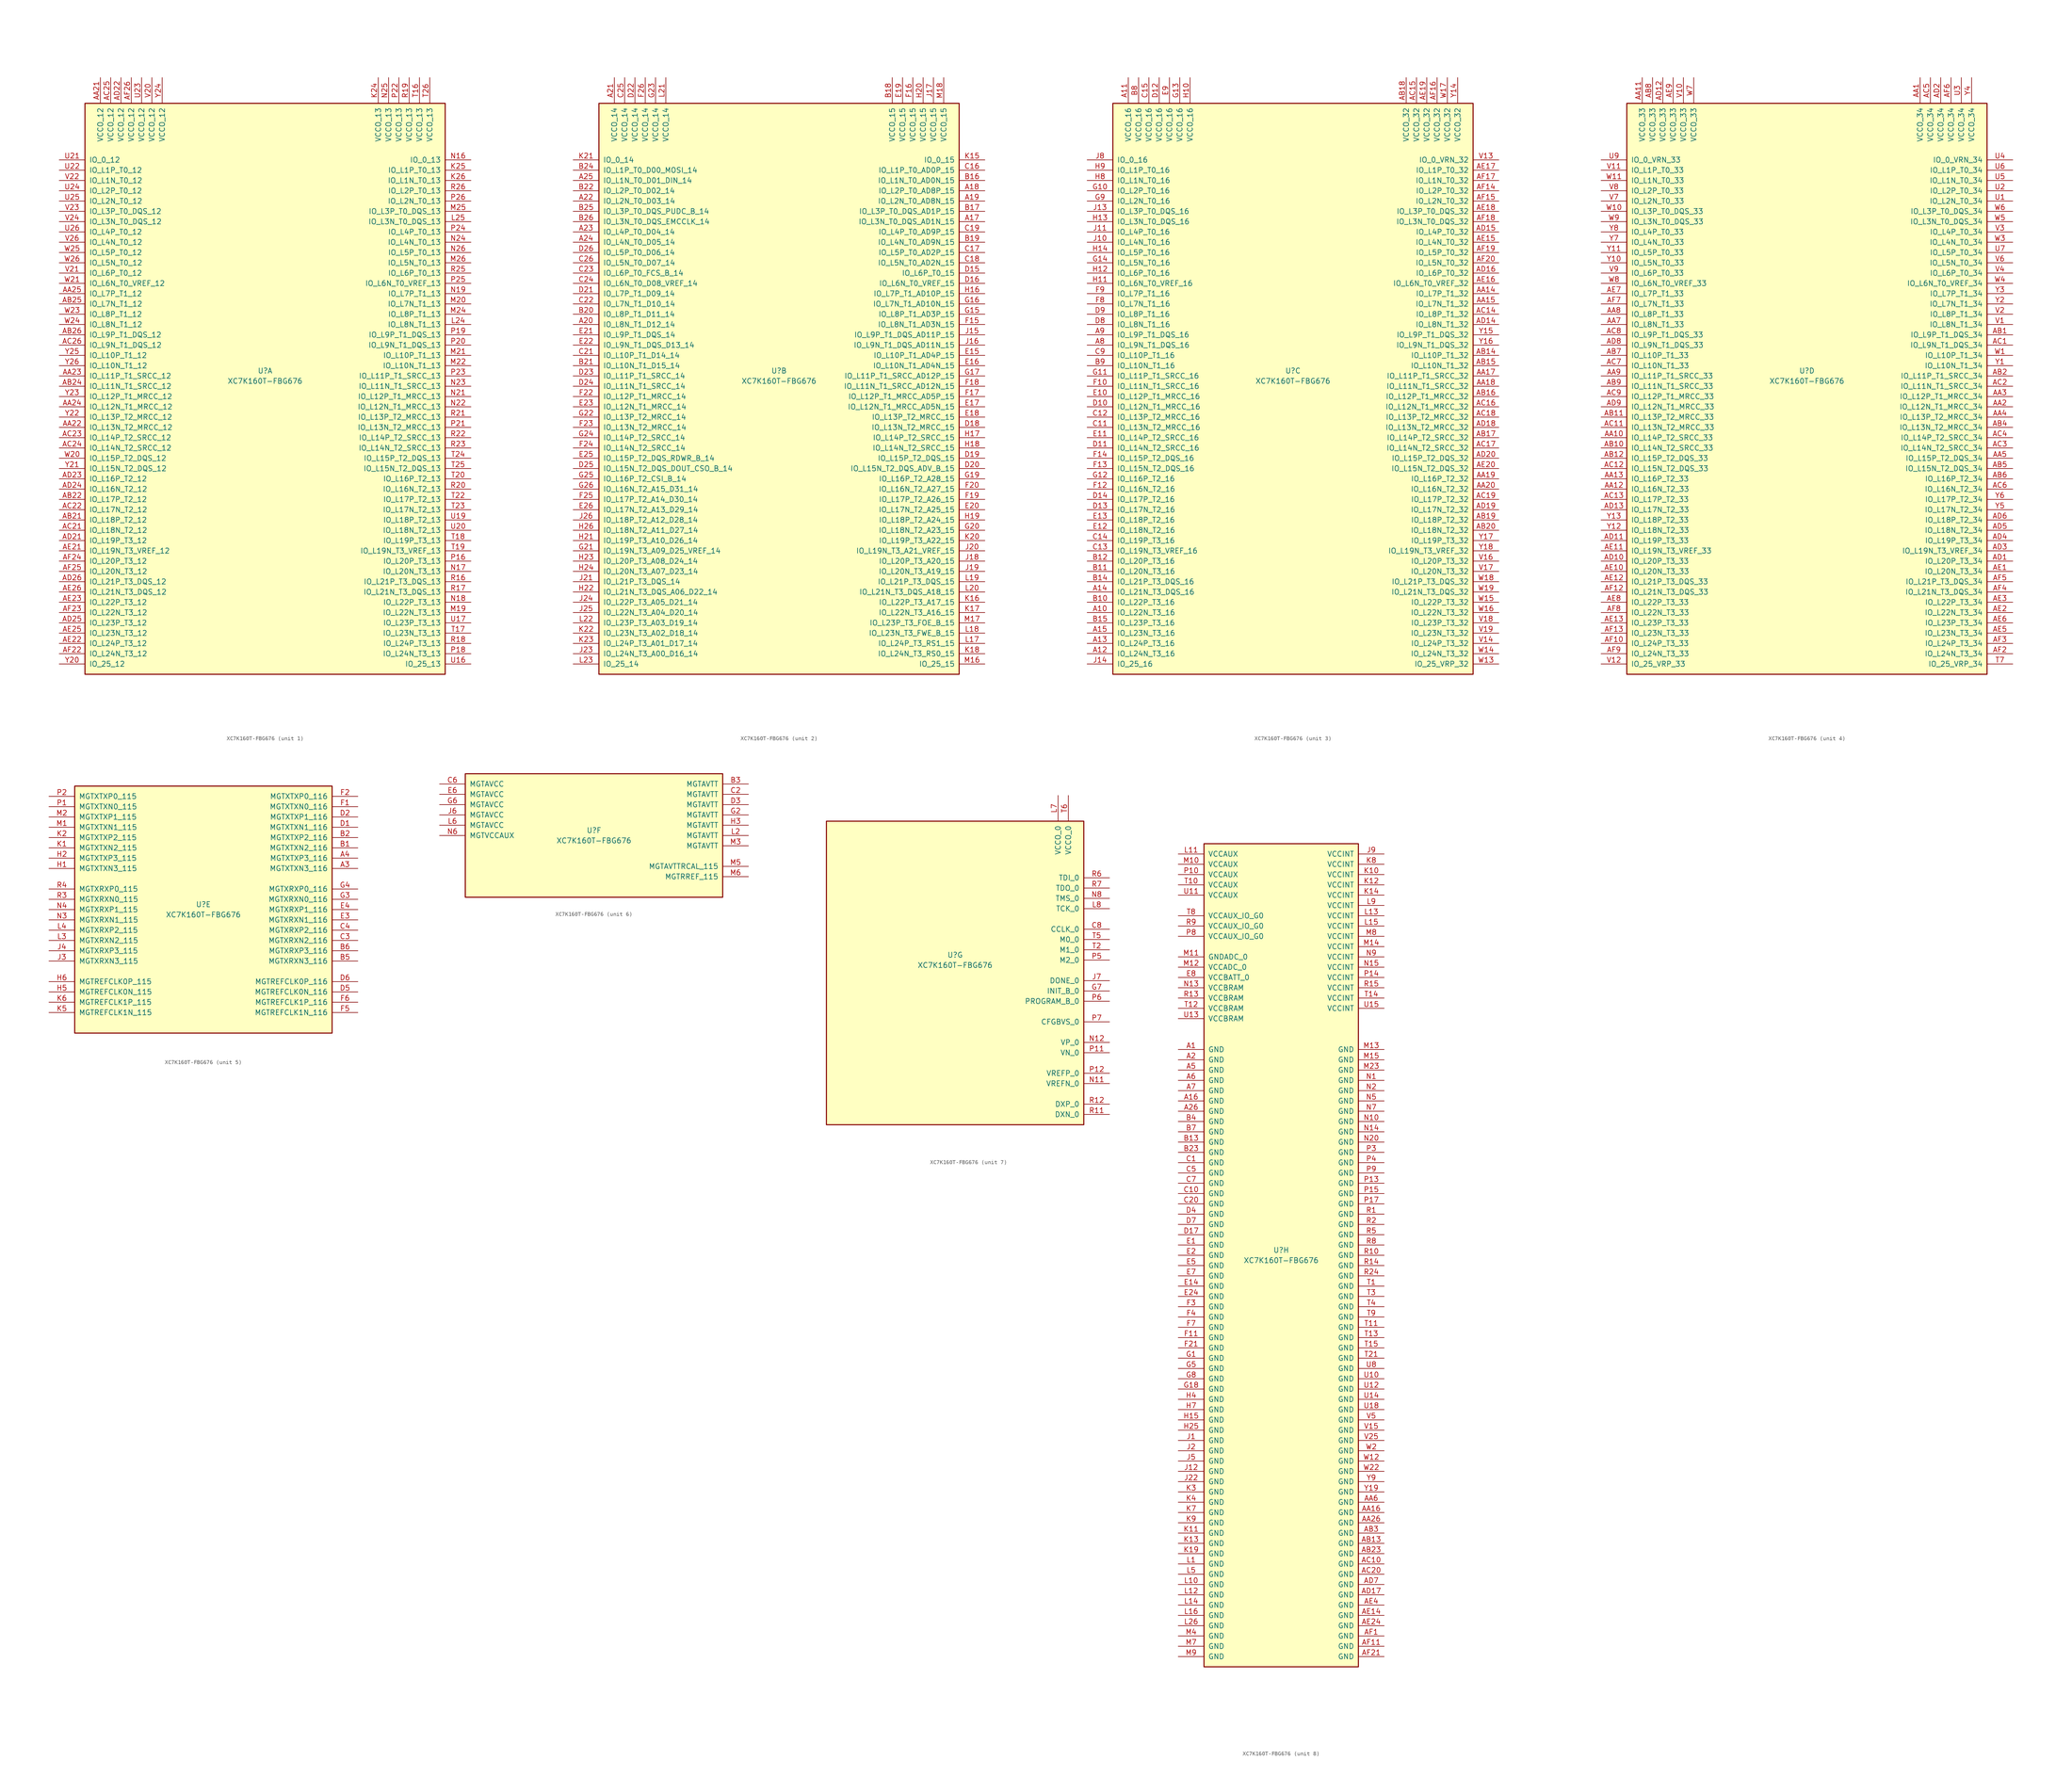
<source format=kicad_sym>
(kicad_symbol_lib
  (version 20201005)
  (generator kicad_symbol_editor)
  (symbol "FPGA_Xilinx_Kintex7:XC7K160T-FBG676"
    (pin_names
      (offset 1.016))
    (property "Reference" "U"
      (at 0 1.27 0)
      (effects (font (size 1.27 1.27))))
    (property "Value" "XC7K160T-FBG676"
      (at 0 -1.27 0)
      (effects (font (size 1.27 1.27))))
    (property "Datasheet" ""
      (at 0 0 0)
      (effects (font (size 1.27 1.27))))
    (property "ki_locked" ""
      (at 0 0 0)
      (effects (font (size 1.27 1.27))))
    (symbol "XC7K160T-FBG676_1_1"
      (rectangle (start -44.45 67.31) (end 44.45 -73.66) (stroke (width 0.254)) (fill (type background)))
      (pin power_in line (at -40.64 73.66 270) (length 6.35) (name "VCCO_12" (effects (font (size 1.27 1.27)))) (number "AA21" (effects (font (size 1.27 1.27)))))
      (pin power_in line (at -38.1 73.66 270) (length 6.35) (name "VCCO_12" (effects (font (size 1.27 1.27)))) (number "AC25" (effects (font (size 1.27 1.27)))))
      (pin power_in line (at -35.56 73.66 270) (length 6.35) (name "VCCO_12" (effects (font (size 1.27 1.27)))) (number "AD22" (effects (font (size 1.27 1.27)))))
      (pin power_in line (at -33.02 73.66 270) (length 6.35) (name "VCCO_12" (effects (font (size 1.27 1.27)))) (number "AF26" (effects (font (size 1.27 1.27)))))
      (pin power_in line (at -30.48 73.66 270) (length 6.35) (name "VCCO_12" (effects (font (size 1.27 1.27)))) (number "U23" (effects (font (size 1.27 1.27)))))
      (pin power_in line (at -27.94 73.66 270) (length 6.35) (name "VCCO_12" (effects (font (size 1.27 1.27)))) (number "V20" (effects (font (size 1.27 1.27)))))
      (pin power_in line (at -25.4 73.66 270) (length 6.35) (name "VCCO_12" (effects (font (size 1.27 1.27)))) (number "Y24" (effects (font (size 1.27 1.27)))))
      (pin bidirectional line (at -50.8 53.34 0) (length 6.35) (name "IO_0_12" (effects (font (size 1.27 1.27)))) (number "U21" (effects (font (size 1.27 1.27)))))
      (pin bidirectional line (at -50.8 50.8 0) (length 6.35) (name "IO_L1P_T0_12" (effects (font (size 1.27 1.27)))) (number "U22" (effects (font (size 1.27 1.27)))))
      (pin bidirectional line (at -50.8 48.26 0) (length 6.35) (name "IO_L1N_T0_12" (effects (font (size 1.27 1.27)))) (number "V22" (effects (font (size 1.27 1.27)))))
      (pin bidirectional line (at -50.8 45.72 0) (length 6.35) (name "IO_L2P_T0_12" (effects (font (size 1.27 1.27)))) (number "U24" (effects (font (size 1.27 1.27)))))
      (pin bidirectional line (at -50.8 43.18 0) (length 6.35) (name "IO_L2N_T0_12" (effects (font (size 1.27 1.27)))) (number "U25" (effects (font (size 1.27 1.27)))))
      (pin bidirectional line (at -50.8 40.64 0) (length 6.35) (name "IO_L3P_T0_DQS_12" (effects (font (size 1.27 1.27)))) (number "V23" (effects (font (size 1.27 1.27)))))
      (pin bidirectional line (at -50.8 38.1 0) (length 6.35) (name "IO_L3N_T0_DQS_12" (effects (font (size 1.27 1.27)))) (number "V24" (effects (font (size 1.27 1.27)))))
      (pin bidirectional line (at -50.8 35.56 0) (length 6.35) (name "IO_L4P_T0_12" (effects (font (size 1.27 1.27)))) (number "U26" (effects (font (size 1.27 1.27)))))
      (pin bidirectional line (at -50.8 33.02 0) (length 6.35) (name "IO_L4N_T0_12" (effects (font (size 1.27 1.27)))) (number "V26" (effects (font (size 1.27 1.27)))))
      (pin bidirectional line (at -50.8 30.48 0) (length 6.35) (name "IO_L5P_T0_12" (effects (font (size 1.27 1.27)))) (number "W25" (effects (font (size 1.27 1.27)))))
      (pin bidirectional line (at -50.8 27.94 0) (length 6.35) (name "IO_L5N_T0_12" (effects (font (size 1.27 1.27)))) (number "W26" (effects (font (size 1.27 1.27)))))
      (pin bidirectional line (at -50.8 25.4 0) (length 6.35) (name "IO_L6P_T0_12" (effects (font (size 1.27 1.27)))) (number "V21" (effects (font (size 1.27 1.27)))))
      (pin bidirectional line (at -50.8 22.86 0) (length 6.35) (name "IO_L6N_T0_VREF_12" (effects (font (size 1.27 1.27)))) (number "W21" (effects (font (size 1.27 1.27)))))
      (pin bidirectional line (at -50.8 20.32 0) (length 6.35) (name "IO_L7P_T1_12" (effects (font (size 1.27 1.27)))) (number "AA25" (effects (font (size 1.27 1.27)))))
      (pin bidirectional line (at -50.8 17.78 0) (length 6.35) (name "IO_L7N_T1_12" (effects (font (size 1.27 1.27)))) (number "AB25" (effects (font (size 1.27 1.27)))))
      (pin bidirectional line (at -50.8 15.24 0) (length 6.35) (name "IO_L8P_T1_12" (effects (font (size 1.27 1.27)))) (number "W23" (effects (font (size 1.27 1.27)))))
      (pin bidirectional line (at -50.8 12.7 0) (length 6.35) (name "IO_L8N_T1_12" (effects (font (size 1.27 1.27)))) (number "W24" (effects (font (size 1.27 1.27)))))
      (pin bidirectional line (at -50.8 10.16 0) (length 6.35) (name "IO_L9P_T1_DQS_12" (effects (font (size 1.27 1.27)))) (number "AB26" (effects (font (size 1.27 1.27)))))
      (pin bidirectional line (at -50.8 7.62 0) (length 6.35) (name "IO_L9N_T1_DQS_12" (effects (font (size 1.27 1.27)))) (number "AC26" (effects (font (size 1.27 1.27)))))
      (pin bidirectional line (at -50.8 5.08 0) (length 6.35) (name "IO_L10P_T1_12" (effects (font (size 1.27 1.27)))) (number "Y25" (effects (font (size 1.27 1.27)))))
      (pin bidirectional line (at -50.8 2.54 0) (length 6.35) (name "IO_L10N_T1_12" (effects (font (size 1.27 1.27)))) (number "Y26" (effects (font (size 1.27 1.27)))))
      (pin bidirectional line (at -50.8 0 0) (length 6.35) (name "IO_L11P_T1_SRCC_12" (effects (font (size 1.27 1.27)))) (number "AA23" (effects (font (size 1.27 1.27)))))
      (pin bidirectional line (at -50.8 -2.54 0) (length 6.35) (name "IO_L11N_T1_SRCC_12" (effects (font (size 1.27 1.27)))) (number "AB24" (effects (font (size 1.27 1.27)))))
      (pin bidirectional line (at -50.8 -5.08 0) (length 6.35) (name "IO_L12P_T1_MRCC_12" (effects (font (size 1.27 1.27)))) (number "Y23" (effects (font (size 1.27 1.27)))))
      (pin bidirectional line (at -50.8 -7.62 0) (length 6.35) (name "IO_L12N_T1_MRCC_12" (effects (font (size 1.27 1.27)))) (number "AA24" (effects (font (size 1.27 1.27)))))
      (pin bidirectional line (at -50.8 -10.16 0) (length 6.35) (name "IO_L13P_T2_MRCC_12" (effects (font (size 1.27 1.27)))) (number "Y22" (effects (font (size 1.27 1.27)))))
      (pin bidirectional line (at -50.8 -12.7 0) (length 6.35) (name "IO_L13N_T2_MRCC_12" (effects (font (size 1.27 1.27)))) (number "AA22" (effects (font (size 1.27 1.27)))))
      (pin bidirectional line (at -50.8 -15.24 0) (length 6.35) (name "IO_L14P_T2_SRCC_12" (effects (font (size 1.27 1.27)))) (number "AC23" (effects (font (size 1.27 1.27)))))
      (pin bidirectional line (at -50.8 -17.78 0) (length 6.35) (name "IO_L14N_T2_SRCC_12" (effects (font (size 1.27 1.27)))) (number "AC24" (effects (font (size 1.27 1.27)))))
      (pin bidirectional line (at -50.8 -20.32 0) (length 6.35) (name "IO_L15P_T2_DQS_12" (effects (font (size 1.27 1.27)))) (number "W20" (effects (font (size 1.27 1.27)))))
      (pin bidirectional line (at -50.8 -22.86 0) (length 6.35) (name "IO_L15N_T2_DQS_12" (effects (font (size 1.27 1.27)))) (number "Y21" (effects (font (size 1.27 1.27)))))
      (pin bidirectional line (at -50.8 -25.4 0) (length 6.35) (name "IO_L16P_T2_12" (effects (font (size 1.27 1.27)))) (number "AD23" (effects (font (size 1.27 1.27)))))
      (pin bidirectional line (at -50.8 -27.94 0) (length 6.35) (name "IO_L16N_T2_12" (effects (font (size 1.27 1.27)))) (number "AD24" (effects (font (size 1.27 1.27)))))
      (pin bidirectional line (at -50.8 -30.48 0) (length 6.35) (name "IO_L17P_T2_12" (effects (font (size 1.27 1.27)))) (number "AB22" (effects (font (size 1.27 1.27)))))
      (pin bidirectional line (at -50.8 -33.02 0) (length 6.35) (name "IO_L17N_T2_12" (effects (font (size 1.27 1.27)))) (number "AC22" (effects (font (size 1.27 1.27)))))
      (pin bidirectional line (at -50.8 -35.56 0) (length 6.35) (name "IO_L18P_T2_12" (effects (font (size 1.27 1.27)))) (number "AB21" (effects (font (size 1.27 1.27)))))
      (pin bidirectional line (at -50.8 -38.1 0) (length 6.35) (name "IO_L18N_T2_12" (effects (font (size 1.27 1.27)))) (number "AC21" (effects (font (size 1.27 1.27)))))
      (pin bidirectional line (at -50.8 -40.64 0) (length 6.35) (name "IO_L19P_T3_12" (effects (font (size 1.27 1.27)))) (number "AD21" (effects (font (size 1.27 1.27)))))
      (pin bidirectional line (at -50.8 -43.18 0) (length 6.35) (name "IO_L19N_T3_VREF_12" (effects (font (size 1.27 1.27)))) (number "AE21" (effects (font (size 1.27 1.27)))))
      (pin bidirectional line (at -50.8 -45.72 0) (length 6.35) (name "IO_L20P_T3_12" (effects (font (size 1.27 1.27)))) (number "AF24" (effects (font (size 1.27 1.27)))))
      (pin bidirectional line (at -50.8 -48.26 0) (length 6.35) (name "IO_L20N_T3_12" (effects (font (size 1.27 1.27)))) (number "AF25" (effects (font (size 1.27 1.27)))))
      (pin bidirectional line (at -50.8 -50.8 0) (length 6.35) (name "IO_L21P_T3_DQS_12" (effects (font (size 1.27 1.27)))) (number "AD26" (effects (font (size 1.27 1.27)))))
      (pin bidirectional line (at -50.8 -53.34 0) (length 6.35) (name "IO_L21N_T3_DQS_12" (effects (font (size 1.27 1.27)))) (number "AE26" (effects (font (size 1.27 1.27)))))
      (pin bidirectional line (at -50.8 -55.88 0) (length 6.35) (name "IO_L22P_T3_12" (effects (font (size 1.27 1.27)))) (number "AE23" (effects (font (size 1.27 1.27)))))
      (pin bidirectional line (at -50.8 -58.42 0) (length 6.35) (name "IO_L22N_T3_12" (effects (font (size 1.27 1.27)))) (number "AF23" (effects (font (size 1.27 1.27)))))
      (pin bidirectional line (at -50.8 -60.96 0) (length 6.35) (name "IO_L23P_T3_12" (effects (font (size 1.27 1.27)))) (number "AD25" (effects (font (size 1.27 1.27)))))
      (pin bidirectional line (at -50.8 -63.5 0) (length 6.35) (name "IO_L23N_T3_12" (effects (font (size 1.27 1.27)))) (number "AE25" (effects (font (size 1.27 1.27)))))
      (pin bidirectional line (at -50.8 -66.04 0) (length 6.35) (name "IO_L24P_T3_12" (effects (font (size 1.27 1.27)))) (number "AE22" (effects (font (size 1.27 1.27)))))
      (pin bidirectional line (at -50.8 -68.58 0) (length 6.35) (name "IO_L24N_T3_12" (effects (font (size 1.27 1.27)))) (number "AF22" (effects (font (size 1.27 1.27)))))
      (pin bidirectional line (at -50.8 -71.12 0) (length 6.35) (name "IO_25_12" (effects (font (size 1.27 1.27)))) (number "Y20" (effects (font (size 1.27 1.27)))))
      (pin power_in line (at 27.94 73.66 270) (length 6.35) (name "VCCO_13" (effects (font (size 1.27 1.27)))) (number "K24" (effects (font (size 1.27 1.27)))))
      (pin power_in line (at 30.48 73.66 270) (length 6.35) (name "VCCO_13" (effects (font (size 1.27 1.27)))) (number "N25" (effects (font (size 1.27 1.27)))))
      (pin power_in line (at 33.02 73.66 270) (length 6.35) (name "VCCO_13" (effects (font (size 1.27 1.27)))) (number "P22" (effects (font (size 1.27 1.27)))))
      (pin power_in line (at 35.56 73.66 270) (length 6.35) (name "VCCO_13" (effects (font (size 1.27 1.27)))) (number "R19" (effects (font (size 1.27 1.27)))))
      (pin power_in line (at 38.1 73.66 270) (length 6.35) (name "VCCO_13" (effects (font (size 1.27 1.27)))) (number "T16" (effects (font (size 1.27 1.27)))))
      (pin power_in line (at 40.64 73.66 270) (length 6.35) (name "VCCO_13" (effects (font (size 1.27 1.27)))) (number "T26" (effects (font (size 1.27 1.27)))))
      (pin bidirectional line (at 50.8 53.34 180) (length 6.35) (name "IO_0_13" (effects (font (size 1.27 1.27)))) (number "N16" (effects (font (size 1.27 1.27)))))
      (pin bidirectional line (at 50.8 50.8 180) (length 6.35) (name "IO_L1P_T0_13" (effects (font (size 1.27 1.27)))) (number "K25" (effects (font (size 1.27 1.27)))))
      (pin bidirectional line (at 50.8 48.26 180) (length 6.35) (name "IO_L1N_T0_13" (effects (font (size 1.27 1.27)))) (number "K26" (effects (font (size 1.27 1.27)))))
      (pin bidirectional line (at 50.8 45.72 180) (length 6.35) (name "IO_L2P_T0_13" (effects (font (size 1.27 1.27)))) (number "R26" (effects (font (size 1.27 1.27)))))
      (pin bidirectional line (at 50.8 43.18 180) (length 6.35) (name "IO_L2N_T0_13" (effects (font (size 1.27 1.27)))) (number "P26" (effects (font (size 1.27 1.27)))))
      (pin bidirectional line (at 50.8 40.64 180) (length 6.35) (name "IO_L3P_T0_DQS_13" (effects (font (size 1.27 1.27)))) (number "M25" (effects (font (size 1.27 1.27)))))
      (pin bidirectional line (at 50.8 38.1 180) (length 6.35) (name "IO_L3N_T0_DQS_13" (effects (font (size 1.27 1.27)))) (number "L25" (effects (font (size 1.27 1.27)))))
      (pin bidirectional line (at 50.8 35.56 180) (length 6.35) (name "IO_L4P_T0_13" (effects (font (size 1.27 1.27)))) (number "P24" (effects (font (size 1.27 1.27)))))
      (pin bidirectional line (at 50.8 33.02 180) (length 6.35) (name "IO_L4N_T0_13" (effects (font (size 1.27 1.27)))) (number "N24" (effects (font (size 1.27 1.27)))))
      (pin bidirectional line (at 50.8 30.48 180) (length 6.35) (name "IO_L5P_T0_13" (effects (font (size 1.27 1.27)))) (number "N26" (effects (font (size 1.27 1.27)))))
      (pin bidirectional line (at 50.8 27.94 180) (length 6.35) (name "IO_L5N_T0_13" (effects (font (size 1.27 1.27)))) (number "M26" (effects (font (size 1.27 1.27)))))
      (pin bidirectional line (at 50.8 25.4 180) (length 6.35) (name "IO_L6P_T0_13" (effects (font (size 1.27 1.27)))) (number "R25" (effects (font (size 1.27 1.27)))))
      (pin bidirectional line (at 50.8 22.86 180) (length 6.35) (name "IO_L6N_T0_VREF_13" (effects (font (size 1.27 1.27)))) (number "P25" (effects (font (size 1.27 1.27)))))
      (pin bidirectional line (at 50.8 20.32 180) (length 6.35) (name "IO_L7P_T1_13" (effects (font (size 1.27 1.27)))) (number "N19" (effects (font (size 1.27 1.27)))))
      (pin bidirectional line (at 50.8 17.78 180) (length 6.35) (name "IO_L7N_T1_13" (effects (font (size 1.27 1.27)))) (number "M20" (effects (font (size 1.27 1.27)))))
      (pin bidirectional line (at 50.8 15.24 180) (length 6.35) (name "IO_L8P_T1_13" (effects (font (size 1.27 1.27)))) (number "M24" (effects (font (size 1.27 1.27)))))
      (pin bidirectional line (at 50.8 12.7 180) (length 6.35) (name "IO_L8N_T1_13" (effects (font (size 1.27 1.27)))) (number "L24" (effects (font (size 1.27 1.27)))))
      (pin bidirectional line (at 50.8 10.16 180) (length 6.35) (name "IO_L9P_T1_DQS_13" (effects (font (size 1.27 1.27)))) (number "P19" (effects (font (size 1.27 1.27)))))
      (pin bidirectional line (at 50.8 7.62 180) (length 6.35) (name "IO_L9N_T1_DQS_13" (effects (font (size 1.27 1.27)))) (number "P20" (effects (font (size 1.27 1.27)))))
      (pin bidirectional line (at 50.8 5.08 180) (length 6.35) (name "IO_L10P_T1_13" (effects (font (size 1.27 1.27)))) (number "M21" (effects (font (size 1.27 1.27)))))
      (pin bidirectional line (at 50.8 2.54 180) (length 6.35) (name "IO_L10N_T1_13" (effects (font (size 1.27 1.27)))) (number "M22" (effects (font (size 1.27 1.27)))))
      (pin bidirectional line (at 50.8 0 180) (length 6.35) (name "IO_L11P_T1_SRCC_13" (effects (font (size 1.27 1.27)))) (number "P23" (effects (font (size 1.27 1.27)))))
      (pin bidirectional line (at 50.8 -2.54 180) (length 6.35) (name "IO_L11N_T1_SRCC_13" (effects (font (size 1.27 1.27)))) (number "N23" (effects (font (size 1.27 1.27)))))
      (pin bidirectional line (at 50.8 -5.08 180) (length 6.35) (name "IO_L12P_T1_MRCC_13" (effects (font (size 1.27 1.27)))) (number "N21" (effects (font (size 1.27 1.27)))))
      (pin bidirectional line (at 50.8 -7.62 180) (length 6.35) (name "IO_L12N_T1_MRCC_13" (effects (font (size 1.27 1.27)))) (number "N22" (effects (font (size 1.27 1.27)))))
      (pin bidirectional line (at 50.8 -10.16 180) (length 6.35) (name "IO_L13P_T2_MRCC_13" (effects (font (size 1.27 1.27)))) (number "R21" (effects (font (size 1.27 1.27)))))
      (pin bidirectional line (at 50.8 -12.7 180) (length 6.35) (name "IO_L13N_T2_MRCC_13" (effects (font (size 1.27 1.27)))) (number "P21" (effects (font (size 1.27 1.27)))))
      (pin bidirectional line (at 50.8 -15.24 180) (length 6.35) (name "IO_L14P_T2_SRCC_13" (effects (font (size 1.27 1.27)))) (number "R22" (effects (font (size 1.27 1.27)))))
      (pin bidirectional line (at 50.8 -17.78 180) (length 6.35) (name "IO_L14N_T2_SRCC_13" (effects (font (size 1.27 1.27)))) (number "R23" (effects (font (size 1.27 1.27)))))
      (pin bidirectional line (at 50.8 -20.32 180) (length 6.35) (name "IO_L15P_T2_DQS_13" (effects (font (size 1.27 1.27)))) (number "T24" (effects (font (size 1.27 1.27)))))
      (pin bidirectional line (at 50.8 -22.86 180) (length 6.35) (name "IO_L15N_T2_DQS_13" (effects (font (size 1.27 1.27)))) (number "T25" (effects (font (size 1.27 1.27)))))
      (pin bidirectional line (at 50.8 -25.4 180) (length 6.35) (name "IO_L16P_T2_13" (effects (font (size 1.27 1.27)))) (number "T20" (effects (font (size 1.27 1.27)))))
      (pin bidirectional line (at 50.8 -27.94 180) (length 6.35) (name "IO_L16N_T2_13" (effects (font (size 1.27 1.27)))) (number "R20" (effects (font (size 1.27 1.27)))))
      (pin bidirectional line (at 50.8 -30.48 180) (length 6.35) (name "IO_L17P_T2_13" (effects (font (size 1.27 1.27)))) (number "T22" (effects (font (size 1.27 1.27)))))
      (pin bidirectional line (at 50.8 -33.02 180) (length 6.35) (name "IO_L17N_T2_13" (effects (font (size 1.27 1.27)))) (number "T23" (effects (font (size 1.27 1.27)))))
      (pin bidirectional line (at 50.8 -35.56 180) (length 6.35) (name "IO_L18P_T2_13" (effects (font (size 1.27 1.27)))) (number "U19" (effects (font (size 1.27 1.27)))))
      (pin bidirectional line (at 50.8 -38.1 180) (length 6.35) (name "IO_L18N_T2_13" (effects (font (size 1.27 1.27)))) (number "U20" (effects (font (size 1.27 1.27)))))
      (pin bidirectional line (at 50.8 -40.64 180) (length 6.35) (name "IO_L19P_T3_13" (effects (font (size 1.27 1.27)))) (number "T18" (effects (font (size 1.27 1.27)))))
      (pin bidirectional line (at 50.8 -43.18 180) (length 6.35) (name "IO_L19N_T3_VREF_13" (effects (font (size 1.27 1.27)))) (number "T19" (effects (font (size 1.27 1.27)))))
      (pin bidirectional line (at 50.8 -45.72 180) (length 6.35) (name "IO_L20P_T3_13" (effects (font (size 1.27 1.27)))) (number "P16" (effects (font (size 1.27 1.27)))))
      (pin bidirectional line (at 50.8 -48.26 180) (length 6.35) (name "IO_L20N_T3_13" (effects (font (size 1.27 1.27)))) (number "N17" (effects (font (size 1.27 1.27)))))
      (pin bidirectional line (at 50.8 -50.8 180) (length 6.35) (name "IO_L21P_T3_DQS_13" (effects (font (size 1.27 1.27)))) (number "R16" (effects (font (size 1.27 1.27)))))
      (pin bidirectional line (at 50.8 -53.34 180) (length 6.35) (name "IO_L21N_T3_DQS_13" (effects (font (size 1.27 1.27)))) (number "R17" (effects (font (size 1.27 1.27)))))
      (pin bidirectional line (at 50.8 -55.88 180) (length 6.35) (name "IO_L22P_T3_13" (effects (font (size 1.27 1.27)))) (number "N18" (effects (font (size 1.27 1.27)))))
      (pin bidirectional line (at 50.8 -58.42 180) (length 6.35) (name "IO_L22N_T3_13" (effects (font (size 1.27 1.27)))) (number "M19" (effects (font (size 1.27 1.27)))))
      (pin bidirectional line (at 50.8 -60.96 180) (length 6.35) (name "IO_L23P_T3_13" (effects (font (size 1.27 1.27)))) (number "U17" (effects (font (size 1.27 1.27)))))
      (pin bidirectional line (at 50.8 -63.5 180) (length 6.35) (name "IO_L23N_T3_13" (effects (font (size 1.27 1.27)))) (number "T17" (effects (font (size 1.27 1.27)))))
      (pin bidirectional line (at 50.8 -66.04 180) (length 6.35) (name "IO_L24P_T3_13" (effects (font (size 1.27 1.27)))) (number "R18" (effects (font (size 1.27 1.27)))))
      (pin bidirectional line (at 50.8 -68.58 180) (length 6.35) (name "IO_L24N_T3_13" (effects (font (size 1.27 1.27)))) (number "P18" (effects (font (size 1.27 1.27)))))
      (pin bidirectional line (at 50.8 -71.12 180) (length 6.35) (name "IO_25_13" (effects (font (size 1.27 1.27)))) (number "U16" (effects (font (size 1.27 1.27))))))
    (symbol "XC7K160T-FBG676_2_1"
      (rectangle (start -44.45 67.31) (end 44.45 -73.66) (stroke (width 0.254)) (fill (type background)))
      (pin power_in line (at -40.64 73.66 270) (length 6.35) (name "VCCO_14" (effects (font (size 1.27 1.27)))) (number "A21" (effects (font (size 1.27 1.27)))))
      (pin power_in line (at -38.1 73.66 270) (length 6.35) (name "VCCO_14" (effects (font (size 1.27 1.27)))) (number "C25" (effects (font (size 1.27 1.27)))))
      (pin power_in line (at -35.56 73.66 270) (length 6.35) (name "VCCO_14" (effects (font (size 1.27 1.27)))) (number "D22" (effects (font (size 1.27 1.27)))))
      (pin power_in line (at -33.02 73.66 270) (length 6.35) (name "VCCO_14" (effects (font (size 1.27 1.27)))) (number "F26" (effects (font (size 1.27 1.27)))))
      (pin power_in line (at -30.48 73.66 270) (length 6.35) (name "VCCO_14" (effects (font (size 1.27 1.27)))) (number "G23" (effects (font (size 1.27 1.27)))))
      (pin power_in line (at -27.94 73.66 270) (length 6.35) (name "VCCO_14" (effects (font (size 1.27 1.27)))) (number "L21" (effects (font (size 1.27 1.27)))))
      (pin bidirectional line (at -50.8 53.34 0) (length 6.35) (name "IO_0_14" (effects (font (size 1.27 1.27)))) (number "K21" (effects (font (size 1.27 1.27)))))
      (pin bidirectional line (at -50.8 50.8 0) (length 6.35) (name "IO_L1P_T0_D00_MOSI_14" (effects (font (size 1.27 1.27)))) (number "B24" (effects (font (size 1.27 1.27)))))
      (pin bidirectional line (at -50.8 48.26 0) (length 6.35) (name "IO_L1N_T0_D01_DIN_14" (effects (font (size 1.27 1.27)))) (number "A25" (effects (font (size 1.27 1.27)))))
      (pin bidirectional line (at -50.8 45.72 0) (length 6.35) (name "IO_L2P_T0_D02_14" (effects (font (size 1.27 1.27)))) (number "B22" (effects (font (size 1.27 1.27)))))
      (pin bidirectional line (at -50.8 43.18 0) (length 6.35) (name "IO_L2N_T0_D03_14" (effects (font (size 1.27 1.27)))) (number "A22" (effects (font (size 1.27 1.27)))))
      (pin bidirectional line (at -50.8 40.64 0) (length 6.35) (name "IO_L3P_T0_DQS_PUDC_B_14" (effects (font (size 1.27 1.27)))) (number "B25" (effects (font (size 1.27 1.27)))))
      (pin bidirectional line (at -50.8 38.1 0) (length 6.35) (name "IO_L3N_T0_DQS_EMCCLK_14" (effects (font (size 1.27 1.27)))) (number "B26" (effects (font (size 1.27 1.27)))))
      (pin bidirectional line (at -50.8 35.56 0) (length 6.35) (name "IO_L4P_T0_D04_14" (effects (font (size 1.27 1.27)))) (number "A23" (effects (font (size 1.27 1.27)))))
      (pin bidirectional line (at -50.8 33.02 0) (length 6.35) (name "IO_L4N_T0_D05_14" (effects (font (size 1.27 1.27)))) (number "A24" (effects (font (size 1.27 1.27)))))
      (pin bidirectional line (at -50.8 30.48 0) (length 6.35) (name "IO_L5P_T0_D06_14" (effects (font (size 1.27 1.27)))) (number "D26" (effects (font (size 1.27 1.27)))))
      (pin bidirectional line (at -50.8 27.94 0) (length 6.35) (name "IO_L5N_T0_D07_14" (effects (font (size 1.27 1.27)))) (number "C26" (effects (font (size 1.27 1.27)))))
      (pin bidirectional line (at -50.8 25.4 0) (length 6.35) (name "IO_L6P_T0_FCS_B_14" (effects (font (size 1.27 1.27)))) (number "C23" (effects (font (size 1.27 1.27)))))
      (pin bidirectional line (at -50.8 22.86 0) (length 6.35) (name "IO_L6N_T0_D08_VREF_14" (effects (font (size 1.27 1.27)))) (number "C24" (effects (font (size 1.27 1.27)))))
      (pin bidirectional line (at -50.8 20.32 0) (length 6.35) (name "IO_L7P_T1_D09_14" (effects (font (size 1.27 1.27)))) (number "D21" (effects (font (size 1.27 1.27)))))
      (pin bidirectional line (at -50.8 17.78 0) (length 6.35) (name "IO_L7N_T1_D10_14" (effects (font (size 1.27 1.27)))) (number "C22" (effects (font (size 1.27 1.27)))))
      (pin bidirectional line (at -50.8 15.24 0) (length 6.35) (name "IO_L8P_T1_D11_14" (effects (font (size 1.27 1.27)))) (number "B20" (effects (font (size 1.27 1.27)))))
      (pin bidirectional line (at -50.8 12.7 0) (length 6.35) (name "IO_L8N_T1_D12_14" (effects (font (size 1.27 1.27)))) (number "A20" (effects (font (size 1.27 1.27)))))
      (pin bidirectional line (at -50.8 10.16 0) (length 6.35) (name "IO_L9P_T1_DQS_14" (effects (font (size 1.27 1.27)))) (number "E21" (effects (font (size 1.27 1.27)))))
      (pin bidirectional line (at -50.8 7.62 0) (length 6.35) (name "IO_L9N_T1_DQS_D13_14" (effects (font (size 1.27 1.27)))) (number "E22" (effects (font (size 1.27 1.27)))))
      (pin bidirectional line (at -50.8 5.08 0) (length 6.35) (name "IO_L10P_T1_D14_14" (effects (font (size 1.27 1.27)))) (number "C21" (effects (font (size 1.27 1.27)))))
      (pin bidirectional line (at -50.8 2.54 0) (length 6.35) (name "IO_L10N_T1_D15_14" (effects (font (size 1.27 1.27)))) (number "B21" (effects (font (size 1.27 1.27)))))
      (pin bidirectional line (at -50.8 0 0) (length 6.35) (name "IO_L11P_T1_SRCC_14" (effects (font (size 1.27 1.27)))) (number "D23" (effects (font (size 1.27 1.27)))))
      (pin bidirectional line (at -50.8 -2.54 0) (length 6.35) (name "IO_L11N_T1_SRCC_14" (effects (font (size 1.27 1.27)))) (number "D24" (effects (font (size 1.27 1.27)))))
      (pin bidirectional line (at -50.8 -5.08 0) (length 6.35) (name "IO_L12P_T1_MRCC_14" (effects (font (size 1.27 1.27)))) (number "F22" (effects (font (size 1.27 1.27)))))
      (pin bidirectional line (at -50.8 -7.62 0) (length 6.35) (name "IO_L12N_T1_MRCC_14" (effects (font (size 1.27 1.27)))) (number "E23" (effects (font (size 1.27 1.27)))))
      (pin bidirectional line (at -50.8 -10.16 0) (length 6.35) (name "IO_L13P_T2_MRCC_14" (effects (font (size 1.27 1.27)))) (number "G22" (effects (font (size 1.27 1.27)))))
      (pin bidirectional line (at -50.8 -12.7 0) (length 6.35) (name "IO_L13N_T2_MRCC_14" (effects (font (size 1.27 1.27)))) (number "F23" (effects (font (size 1.27 1.27)))))
      (pin bidirectional line (at -50.8 -15.24 0) (length 6.35) (name "IO_L14P_T2_SRCC_14" (effects (font (size 1.27 1.27)))) (number "G24" (effects (font (size 1.27 1.27)))))
      (pin bidirectional line (at -50.8 -17.78 0) (length 6.35) (name "IO_L14N_T2_SRCC_14" (effects (font (size 1.27 1.27)))) (number "F24" (effects (font (size 1.27 1.27)))))
      (pin bidirectional line (at -50.8 -20.32 0) (length 6.35) (name "IO_L15P_T2_DQS_RDWR_B_14" (effects (font (size 1.27 1.27)))) (number "E25" (effects (font (size 1.27 1.27)))))
      (pin bidirectional line (at -50.8 -22.86 0) (length 6.35) (name "IO_L15N_T2_DQS_DOUT_CSO_B_14" (effects (font (size 1.27 1.27)))) (number "D25" (effects (font (size 1.27 1.27)))))
      (pin bidirectional line (at -50.8 -25.4 0) (length 6.35) (name "IO_L16P_T2_CSI_B_14" (effects (font (size 1.27 1.27)))) (number "G25" (effects (font (size 1.27 1.27)))))
      (pin bidirectional line (at -50.8 -27.94 0) (length 6.35) (name "IO_L16N_T2_A15_D31_14" (effects (font (size 1.27 1.27)))) (number "G26" (effects (font (size 1.27 1.27)))))
      (pin bidirectional line (at -50.8 -30.48 0) (length 6.35) (name "IO_L17P_T2_A14_D30_14" (effects (font (size 1.27 1.27)))) (number "F25" (effects (font (size 1.27 1.27)))))
      (pin bidirectional line (at -50.8 -33.02 0) (length 6.35) (name "IO_L17N_T2_A13_D29_14" (effects (font (size 1.27 1.27)))) (number "E26" (effects (font (size 1.27 1.27)))))
      (pin bidirectional line (at -50.8 -35.56 0) (length 6.35) (name "IO_L18P_T2_A12_D28_14" (effects (font (size 1.27 1.27)))) (number "J26" (effects (font (size 1.27 1.27)))))
      (pin bidirectional line (at -50.8 -38.1 0) (length 6.35) (name "IO_L18N_T2_A11_D27_14" (effects (font (size 1.27 1.27)))) (number "H26" (effects (font (size 1.27 1.27)))))
      (pin bidirectional line (at -50.8 -40.64 0) (length 6.35) (name "IO_L19P_T3_A10_D26_14" (effects (font (size 1.27 1.27)))) (number "H21" (effects (font (size 1.27 1.27)))))
      (pin bidirectional line (at -50.8 -43.18 0) (length 6.35) (name "IO_L19N_T3_A09_D25_VREF_14" (effects (font (size 1.27 1.27)))) (number "G21" (effects (font (size 1.27 1.27)))))
      (pin bidirectional line (at -50.8 -45.72 0) (length 6.35) (name "IO_L20P_T3_A08_D24_14" (effects (font (size 1.27 1.27)))) (number "H23" (effects (font (size 1.27 1.27)))))
      (pin bidirectional line (at -50.8 -48.26 0) (length 6.35) (name "IO_L20N_T3_A07_D23_14" (effects (font (size 1.27 1.27)))) (number "H24" (effects (font (size 1.27 1.27)))))
      (pin bidirectional line (at -50.8 -50.8 0) (length 6.35) (name "IO_L21P_T3_DQS_14" (effects (font (size 1.27 1.27)))) (number "J21" (effects (font (size 1.27 1.27)))))
      (pin bidirectional line (at -50.8 -53.34 0) (length 6.35) (name "IO_L21N_T3_DQS_A06_D22_14" (effects (font (size 1.27 1.27)))) (number "H22" (effects (font (size 1.27 1.27)))))
      (pin bidirectional line (at -50.8 -55.88 0) (length 6.35) (name "IO_L22P_T3_A05_D21_14" (effects (font (size 1.27 1.27)))) (number "J24" (effects (font (size 1.27 1.27)))))
      (pin bidirectional line (at -50.8 -58.42 0) (length 6.35) (name "IO_L22N_T3_A04_D20_14" (effects (font (size 1.27 1.27)))) (number "J25" (effects (font (size 1.27 1.27)))))
      (pin bidirectional line (at -50.8 -60.96 0) (length 6.35) (name "IO_L23P_T3_A03_D19_14" (effects (font (size 1.27 1.27)))) (number "L22" (effects (font (size 1.27 1.27)))))
      (pin bidirectional line (at -50.8 -63.5 0) (length 6.35) (name "IO_L23N_T3_A02_D18_14" (effects (font (size 1.27 1.27)))) (number "K22" (effects (font (size 1.27 1.27)))))
      (pin bidirectional line (at -50.8 -66.04 0) (length 6.35) (name "IO_L24P_T3_A01_D17_14" (effects (font (size 1.27 1.27)))) (number "K23" (effects (font (size 1.27 1.27)))))
      (pin bidirectional line (at -50.8 -68.58 0) (length 6.35) (name "IO_L24N_T3_A00_D16_14" (effects (font (size 1.27 1.27)))) (number "J23" (effects (font (size 1.27 1.27)))))
      (pin bidirectional line (at -50.8 -71.12 0) (length 6.35) (name "IO_25_14" (effects (font (size 1.27 1.27)))) (number "L23" (effects (font (size 1.27 1.27)))))
      (pin power_in line (at 27.94 73.66 270) (length 6.35) (name "VCCO_15" (effects (font (size 1.27 1.27)))) (number "B18" (effects (font (size 1.27 1.27)))))
      (pin power_in line (at 30.48 73.66 270) (length 6.35) (name "VCCO_15" (effects (font (size 1.27 1.27)))) (number "E19" (effects (font (size 1.27 1.27)))))
      (pin power_in line (at 33.02 73.66 270) (length 6.35) (name "VCCO_15" (effects (font (size 1.27 1.27)))) (number "F16" (effects (font (size 1.27 1.27)))))
      (pin power_in line (at 35.56 73.66 270) (length 6.35) (name "VCCO_15" (effects (font (size 1.27 1.27)))) (number "H20" (effects (font (size 1.27 1.27)))))
      (pin power_in line (at 38.1 73.66 270) (length 6.35) (name "VCCO_15" (effects (font (size 1.27 1.27)))) (number "J17" (effects (font (size 1.27 1.27)))))
      (pin power_in line (at 40.64 73.66 270) (length 6.35) (name "VCCO_15" (effects (font (size 1.27 1.27)))) (number "M18" (effects (font (size 1.27 1.27)))))
      (pin bidirectional line (at 50.8 53.34 180) (length 6.35) (name "IO_0_15" (effects (font (size 1.27 1.27)))) (number "K15" (effects (font (size 1.27 1.27)))))
      (pin bidirectional line (at 50.8 50.8 180) (length 6.35) (name "IO_L1P_T0_AD0P_15" (effects (font (size 1.27 1.27)))) (number "C16" (effects (font (size 1.27 1.27)))))
      (pin bidirectional line (at 50.8 48.26 180) (length 6.35) (name "IO_L1N_T0_AD0N_15" (effects (font (size 1.27 1.27)))) (number "B16" (effects (font (size 1.27 1.27)))))
      (pin bidirectional line (at 50.8 45.72 180) (length 6.35) (name "IO_L2P_T0_AD8P_15" (effects (font (size 1.27 1.27)))) (number "A18" (effects (font (size 1.27 1.27)))))
      (pin bidirectional line (at 50.8 43.18 180) (length 6.35) (name "IO_L2N_T0_AD8N_15" (effects (font (size 1.27 1.27)))) (number "A19" (effects (font (size 1.27 1.27)))))
      (pin bidirectional line (at 50.8 40.64 180) (length 6.35) (name "IO_L3P_T0_DQS_AD1P_15" (effects (font (size 1.27 1.27)))) (number "B17" (effects (font (size 1.27 1.27)))))
      (pin bidirectional line (at 50.8 38.1 180) (length 6.35) (name "IO_L3N_T0_DQS_AD1N_15" (effects (font (size 1.27 1.27)))) (number "A17" (effects (font (size 1.27 1.27)))))
      (pin bidirectional line (at 50.8 35.56 180) (length 6.35) (name "IO_L4P_T0_AD9P_15" (effects (font (size 1.27 1.27)))) (number "C19" (effects (font (size 1.27 1.27)))))
      (pin bidirectional line (at 50.8 33.02 180) (length 6.35) (name "IO_L4N_T0_AD9N_15" (effects (font (size 1.27 1.27)))) (number "B19" (effects (font (size 1.27 1.27)))))
      (pin bidirectional line (at 50.8 30.48 180) (length 6.35) (name "IO_L5P_T0_AD2P_15" (effects (font (size 1.27 1.27)))) (number "C17" (effects (font (size 1.27 1.27)))))
      (pin bidirectional line (at 50.8 27.94 180) (length 6.35) (name "IO_L5N_T0_AD2N_15" (effects (font (size 1.27 1.27)))) (number "C18" (effects (font (size 1.27 1.27)))))
      (pin bidirectional line (at 50.8 25.4 180) (length 6.35) (name "IO_L6P_T0_15" (effects (font (size 1.27 1.27)))) (number "D15" (effects (font (size 1.27 1.27)))))
      (pin bidirectional line (at 50.8 22.86 180) (length 6.35) (name "IO_L6N_T0_VREF_15" (effects (font (size 1.27 1.27)))) (number "D16" (effects (font (size 1.27 1.27)))))
      (pin bidirectional line (at 50.8 20.32 180) (length 6.35) (name "IO_L7P_T1_AD10P_15" (effects (font (size 1.27 1.27)))) (number "H16" (effects (font (size 1.27 1.27)))))
      (pin bidirectional line (at 50.8 17.78 180) (length 6.35) (name "IO_L7N_T1_AD10N_15" (effects (font (size 1.27 1.27)))) (number "G16" (effects (font (size 1.27 1.27)))))
      (pin bidirectional line (at 50.8 15.24 180) (length 6.35) (name "IO_L8P_T1_AD3P_15" (effects (font (size 1.27 1.27)))) (number "G15" (effects (font (size 1.27 1.27)))))
      (pin bidirectional line (at 50.8 12.7 180) (length 6.35) (name "IO_L8N_T1_AD3N_15" (effects (font (size 1.27 1.27)))) (number "F15" (effects (font (size 1.27 1.27)))))
      (pin bidirectional line (at 50.8 10.16 180) (length 6.35) (name "IO_L9P_T1_DQS_AD11P_15" (effects (font (size 1.27 1.27)))) (number "J15" (effects (font (size 1.27 1.27)))))
      (pin bidirectional line (at 50.8 7.62 180) (length 6.35) (name "IO_L9N_T1_DQS_AD11N_15" (effects (font (size 1.27 1.27)))) (number "J16" (effects (font (size 1.27 1.27)))))
      (pin bidirectional line (at 50.8 5.08 180) (length 6.35) (name "IO_L10P_T1_AD4P_15" (effects (font (size 1.27 1.27)))) (number "E15" (effects (font (size 1.27 1.27)))))
      (pin bidirectional line (at 50.8 2.54 180) (length 6.35) (name "IO_L10N_T1_AD4N_15" (effects (font (size 1.27 1.27)))) (number "E16" (effects (font (size 1.27 1.27)))))
      (pin bidirectional line (at 50.8 0 180) (length 6.35) (name "IO_L11P_T1_SRCC_AD12P_15" (effects (font (size 1.27 1.27)))) (number "G17" (effects (font (size 1.27 1.27)))))
      (pin bidirectional line (at 50.8 -2.54 180) (length 6.35) (name "IO_L11N_T1_SRCC_AD12N_15" (effects (font (size 1.27 1.27)))) (number "F18" (effects (font (size 1.27 1.27)))))
      (pin bidirectional line (at 50.8 -5.08 180) (length 6.35) (name "IO_L12P_T1_MRCC_AD5P_15" (effects (font (size 1.27 1.27)))) (number "F17" (effects (font (size 1.27 1.27)))))
      (pin bidirectional line (at 50.8 -7.62 180) (length 6.35) (name "IO_L12N_T1_MRCC_AD5N_15" (effects (font (size 1.27 1.27)))) (number "E17" (effects (font (size 1.27 1.27)))))
      (pin bidirectional line (at 50.8 -10.16 180) (length 6.35) (name "IO_L13P_T2_MRCC_15" (effects (font (size 1.27 1.27)))) (number "E18" (effects (font (size 1.27 1.27)))))
      (pin bidirectional line (at 50.8 -12.7 180) (length 6.35) (name "IO_L13N_T2_MRCC_15" (effects (font (size 1.27 1.27)))) (number "D18" (effects (font (size 1.27 1.27)))))
      (pin bidirectional line (at 50.8 -15.24 180) (length 6.35) (name "IO_L14P_T2_SRCC_15" (effects (font (size 1.27 1.27)))) (number "H17" (effects (font (size 1.27 1.27)))))
      (pin bidirectional line (at 50.8 -17.78 180) (length 6.35) (name "IO_L14N_T2_SRCC_15" (effects (font (size 1.27 1.27)))) (number "H18" (effects (font (size 1.27 1.27)))))
      (pin bidirectional line (at 50.8 -20.32 180) (length 6.35) (name "IO_L15P_T2_DQS_15" (effects (font (size 1.27 1.27)))) (number "D19" (effects (font (size 1.27 1.27)))))
      (pin bidirectional line (at 50.8 -22.86 180) (length 6.35) (name "IO_L15N_T2_DQS_ADV_B_15" (effects (font (size 1.27 1.27)))) (number "D20" (effects (font (size 1.27 1.27)))))
      (pin bidirectional line (at 50.8 -25.4 180) (length 6.35) (name "IO_L16P_T2_A28_15" (effects (font (size 1.27 1.27)))) (number "G19" (effects (font (size 1.27 1.27)))))
      (pin bidirectional line (at 50.8 -27.94 180) (length 6.35) (name "IO_L16N_T2_A27_15" (effects (font (size 1.27 1.27)))) (number "F20" (effects (font (size 1.27 1.27)))))
      (pin bidirectional line (at 50.8 -30.48 180) (length 6.35) (name "IO_L17P_T2_A26_15" (effects (font (size 1.27 1.27)))) (number "F19" (effects (font (size 1.27 1.27)))))
      (pin bidirectional line (at 50.8 -33.02 180) (length 6.35) (name "IO_L17N_T2_A25_15" (effects (font (size 1.27 1.27)))) (number "E20" (effects (font (size 1.27 1.27)))))
      (pin bidirectional line (at 50.8 -35.56 180) (length 6.35) (name "IO_L18P_T2_A24_15" (effects (font (size 1.27 1.27)))) (number "H19" (effects (font (size 1.27 1.27)))))
      (pin bidirectional line (at 50.8 -38.1 180) (length 6.35) (name "IO_L18N_T2_A23_15" (effects (font (size 1.27 1.27)))) (number "G20" (effects (font (size 1.27 1.27)))))
      (pin bidirectional line (at 50.8 -40.64 180) (length 6.35) (name "IO_L19P_T3_A22_15" (effects (font (size 1.27 1.27)))) (number "K20" (effects (font (size 1.27 1.27)))))
      (pin bidirectional line (at 50.8 -43.18 180) (length 6.35) (name "IO_L19N_T3_A21_VREF_15" (effects (font (size 1.27 1.27)))) (number "J20" (effects (font (size 1.27 1.27)))))
      (pin bidirectional line (at 50.8 -45.72 180) (length 6.35) (name "IO_L20P_T3_A20_15" (effects (font (size 1.27 1.27)))) (number "J18" (effects (font (size 1.27 1.27)))))
      (pin bidirectional line (at 50.8 -48.26 180) (length 6.35) (name "IO_L20N_T3_A19_15" (effects (font (size 1.27 1.27)))) (number "J19" (effects (font (size 1.27 1.27)))))
      (pin bidirectional line (at 50.8 -50.8 180) (length 6.35) (name "IO_L21P_T3_DQS_15" (effects (font (size 1.27 1.27)))) (number "L19" (effects (font (size 1.27 1.27)))))
      (pin bidirectional line (at 50.8 -53.34 180) (length 6.35) (name "IO_L21N_T3_DQS_A18_15" (effects (font (size 1.27 1.27)))) (number "L20" (effects (font (size 1.27 1.27)))))
      (pin bidirectional line (at 50.8 -55.88 180) (length 6.35) (name "IO_L22P_T3_A17_15" (effects (font (size 1.27 1.27)))) (number "K16" (effects (font (size 1.27 1.27)))))
      (pin bidirectional line (at 50.8 -58.42 180) (length 6.35) (name "IO_L22N_T3_A16_15" (effects (font (size 1.27 1.27)))) (number "K17" (effects (font (size 1.27 1.27)))))
      (pin bidirectional line (at 50.8 -60.96 180) (length 6.35) (name "IO_L23P_T3_FOE_B_15" (effects (font (size 1.27 1.27)))) (number "M17" (effects (font (size 1.27 1.27)))))
      (pin bidirectional line (at 50.8 -63.5 180) (length 6.35) (name "IO_L23N_T3_FWE_B_15" (effects (font (size 1.27 1.27)))) (number "L18" (effects (font (size 1.27 1.27)))))
      (pin bidirectional line (at 50.8 -66.04 180) (length 6.35) (name "IO_L24P_T3_RS1_15" (effects (font (size 1.27 1.27)))) (number "L17" (effects (font (size 1.27 1.27)))))
      (pin bidirectional line (at 50.8 -68.58 180) (length 6.35) (name "IO_L24N_T3_RS0_15" (effects (font (size 1.27 1.27)))) (number "K18" (effects (font (size 1.27 1.27)))))
      (pin bidirectional line (at 50.8 -71.12 180) (length 6.35) (name "IO_25_15" (effects (font (size 1.27 1.27)))) (number "M16" (effects (font (size 1.27 1.27))))))
    (symbol "XC7K160T-FBG676_3_1"
      (rectangle (start -44.45 67.31) (end 44.45 -73.66) (stroke (width 0.254)) (fill (type background)))
      (pin power_in line (at -40.64 73.66 270) (length 6.35) (name "VCCO_16" (effects (font (size 1.27 1.27)))) (number "A11" (effects (font (size 1.27 1.27)))))
      (pin power_in line (at -38.1 73.66 270) (length 6.35) (name "VCCO_16" (effects (font (size 1.27 1.27)))) (number "B8" (effects (font (size 1.27 1.27)))))
      (pin power_in line (at -35.56 73.66 270) (length 6.35) (name "VCCO_16" (effects (font (size 1.27 1.27)))) (number "C15" (effects (font (size 1.27 1.27)))))
      (pin power_in line (at -33.02 73.66 270) (length 6.35) (name "VCCO_16" (effects (font (size 1.27 1.27)))) (number "D12" (effects (font (size 1.27 1.27)))))
      (pin power_in line (at -30.48 73.66 270) (length 6.35) (name "VCCO_16" (effects (font (size 1.27 1.27)))) (number "E9" (effects (font (size 1.27 1.27)))))
      (pin power_in line (at -27.94 73.66 270) (length 6.35) (name "VCCO_16" (effects (font (size 1.27 1.27)))) (number "G13" (effects (font (size 1.27 1.27)))))
      (pin power_in line (at -25.4 73.66 270) (length 6.35) (name "VCCO_16" (effects (font (size 1.27 1.27)))) (number "H10" (effects (font (size 1.27 1.27)))))
      (pin bidirectional line (at -50.8 53.34 0) (length 6.35) (name "IO_0_16" (effects (font (size 1.27 1.27)))) (number "J8" (effects (font (size 1.27 1.27)))))
      (pin bidirectional line (at -50.8 50.8 0) (length 6.35) (name "IO_L1P_T0_16" (effects (font (size 1.27 1.27)))) (number "H9" (effects (font (size 1.27 1.27)))))
      (pin bidirectional line (at -50.8 48.26 0) (length 6.35) (name "IO_L1N_T0_16" (effects (font (size 1.27 1.27)))) (number "H8" (effects (font (size 1.27 1.27)))))
      (pin bidirectional line (at -50.8 45.72 0) (length 6.35) (name "IO_L2P_T0_16" (effects (font (size 1.27 1.27)))) (number "G10" (effects (font (size 1.27 1.27)))))
      (pin bidirectional line (at -50.8 43.18 0) (length 6.35) (name "IO_L2N_T0_16" (effects (font (size 1.27 1.27)))) (number "G9" (effects (font (size 1.27 1.27)))))
      (pin bidirectional line (at -50.8 40.64 0) (length 6.35) (name "IO_L3P_T0_DQS_16" (effects (font (size 1.27 1.27)))) (number "J13" (effects (font (size 1.27 1.27)))))
      (pin bidirectional line (at -50.8 38.1 0) (length 6.35) (name "IO_L3N_T0_DQS_16" (effects (font (size 1.27 1.27)))) (number "H13" (effects (font (size 1.27 1.27)))))
      (pin bidirectional line (at -50.8 35.56 0) (length 6.35) (name "IO_L4P_T0_16" (effects (font (size 1.27 1.27)))) (number "J11" (effects (font (size 1.27 1.27)))))
      (pin bidirectional line (at -50.8 33.02 0) (length 6.35) (name "IO_L4N_T0_16" (effects (font (size 1.27 1.27)))) (number "J10" (effects (font (size 1.27 1.27)))))
      (pin bidirectional line (at -50.8 30.48 0) (length 6.35) (name "IO_L5P_T0_16" (effects (font (size 1.27 1.27)))) (number "H14" (effects (font (size 1.27 1.27)))))
      (pin bidirectional line (at -50.8 27.94 0) (length 6.35) (name "IO_L5N_T0_16" (effects (font (size 1.27 1.27)))) (number "G14" (effects (font (size 1.27 1.27)))))
      (pin bidirectional line (at -50.8 25.4 0) (length 6.35) (name "IO_L6P_T0_16" (effects (font (size 1.27 1.27)))) (number "H12" (effects (font (size 1.27 1.27)))))
      (pin bidirectional line (at -50.8 22.86 0) (length 6.35) (name "IO_L6N_T0_VREF_16" (effects (font (size 1.27 1.27)))) (number "H11" (effects (font (size 1.27 1.27)))))
      (pin bidirectional line (at -50.8 20.32 0) (length 6.35) (name "IO_L7P_T1_16" (effects (font (size 1.27 1.27)))) (number "F9" (effects (font (size 1.27 1.27)))))
      (pin bidirectional line (at -50.8 17.78 0) (length 6.35) (name "IO_L7N_T1_16" (effects (font (size 1.27 1.27)))) (number "F8" (effects (font (size 1.27 1.27)))))
      (pin bidirectional line (at -50.8 15.24 0) (length 6.35) (name "IO_L8P_T1_16" (effects (font (size 1.27 1.27)))) (number "D9" (effects (font (size 1.27 1.27)))))
      (pin bidirectional line (at -50.8 12.7 0) (length 6.35) (name "IO_L8N_T1_16" (effects (font (size 1.27 1.27)))) (number "D8" (effects (font (size 1.27 1.27)))))
      (pin bidirectional line (at -50.8 10.16 0) (length 6.35) (name "IO_L9P_T1_DQS_16" (effects (font (size 1.27 1.27)))) (number "A9" (effects (font (size 1.27 1.27)))))
      (pin bidirectional line (at -50.8 7.62 0) (length 6.35) (name "IO_L9N_T1_DQS_16" (effects (font (size 1.27 1.27)))) (number "A8" (effects (font (size 1.27 1.27)))))
      (pin bidirectional line (at -50.8 5.08 0) (length 6.35) (name "IO_L10P_T1_16" (effects (font (size 1.27 1.27)))) (number "C9" (effects (font (size 1.27 1.27)))))
      (pin bidirectional line (at -50.8 2.54 0) (length 6.35) (name "IO_L10N_T1_16" (effects (font (size 1.27 1.27)))) (number "B9" (effects (font (size 1.27 1.27)))))
      (pin bidirectional line (at -50.8 0 0) (length 6.35) (name "IO_L11P_T1_SRCC_16" (effects (font (size 1.27 1.27)))) (number "G11" (effects (font (size 1.27 1.27)))))
      (pin bidirectional line (at -50.8 -2.54 0) (length 6.35) (name "IO_L11N_T1_SRCC_16" (effects (font (size 1.27 1.27)))) (number "F10" (effects (font (size 1.27 1.27)))))
      (pin bidirectional line (at -50.8 -5.08 0) (length 6.35) (name "IO_L12P_T1_MRCC_16" (effects (font (size 1.27 1.27)))) (number "E10" (effects (font (size 1.27 1.27)))))
      (pin bidirectional line (at -50.8 -7.62 0) (length 6.35) (name "IO_L12N_T1_MRCC_16" (effects (font (size 1.27 1.27)))) (number "D10" (effects (font (size 1.27 1.27)))))
      (pin bidirectional line (at -50.8 -10.16 0) (length 6.35) (name "IO_L13P_T2_MRCC_16" (effects (font (size 1.27 1.27)))) (number "C12" (effects (font (size 1.27 1.27)))))
      (pin bidirectional line (at -50.8 -12.7 0) (length 6.35) (name "IO_L13N_T2_MRCC_16" (effects (font (size 1.27 1.27)))) (number "C11" (effects (font (size 1.27 1.27)))))
      (pin bidirectional line (at -50.8 -15.24 0) (length 6.35) (name "IO_L14P_T2_SRCC_16" (effects (font (size 1.27 1.27)))) (number "E11" (effects (font (size 1.27 1.27)))))
      (pin bidirectional line (at -50.8 -17.78 0) (length 6.35) (name "IO_L14N_T2_SRCC_16" (effects (font (size 1.27 1.27)))) (number "D11" (effects (font (size 1.27 1.27)))))
      (pin bidirectional line (at -50.8 -20.32 0) (length 6.35) (name "IO_L15P_T2_DQS_16" (effects (font (size 1.27 1.27)))) (number "F14" (effects (font (size 1.27 1.27)))))
      (pin bidirectional line (at -50.8 -22.86 0) (length 6.35) (name "IO_L15N_T2_DQS_16" (effects (font (size 1.27 1.27)))) (number "F13" (effects (font (size 1.27 1.27)))))
      (pin bidirectional line (at -50.8 -25.4 0) (length 6.35) (name "IO_L16P_T2_16" (effects (font (size 1.27 1.27)))) (number "G12" (effects (font (size 1.27 1.27)))))
      (pin bidirectional line (at -50.8 -27.94 0) (length 6.35) (name "IO_L16N_T2_16" (effects (font (size 1.27 1.27)))) (number "F12" (effects (font (size 1.27 1.27)))))
      (pin bidirectional line (at -50.8 -30.48 0) (length 6.35) (name "IO_L17P_T2_16" (effects (font (size 1.27 1.27)))) (number "D14" (effects (font (size 1.27 1.27)))))
      (pin bidirectional line (at -50.8 -33.02 0) (length 6.35) (name "IO_L17N_T2_16" (effects (font (size 1.27 1.27)))) (number "D13" (effects (font (size 1.27 1.27)))))
      (pin bidirectional line (at -50.8 -35.56 0) (length 6.35) (name "IO_L18P_T2_16" (effects (font (size 1.27 1.27)))) (number "E13" (effects (font (size 1.27 1.27)))))
      (pin bidirectional line (at -50.8 -38.1 0) (length 6.35) (name "IO_L18N_T2_16" (effects (font (size 1.27 1.27)))) (number "E12" (effects (font (size 1.27 1.27)))))
      (pin bidirectional line (at -50.8 -40.64 0) (length 6.35) (name "IO_L19P_T3_16" (effects (font (size 1.27 1.27)))) (number "C14" (effects (font (size 1.27 1.27)))))
      (pin bidirectional line (at -50.8 -43.18 0) (length 6.35) (name "IO_L19N_T3_VREF_16" (effects (font (size 1.27 1.27)))) (number "C13" (effects (font (size 1.27 1.27)))))
      (pin bidirectional line (at -50.8 -45.72 0) (length 6.35) (name "IO_L20P_T3_16" (effects (font (size 1.27 1.27)))) (number "B12" (effects (font (size 1.27 1.27)))))
      (pin bidirectional line (at -50.8 -48.26 0) (length 6.35) (name "IO_L20N_T3_16" (effects (font (size 1.27 1.27)))) (number "B11" (effects (font (size 1.27 1.27)))))
      (pin bidirectional line (at -50.8 -50.8 0) (length 6.35) (name "IO_L21P_T3_DQS_16" (effects (font (size 1.27 1.27)))) (number "B14" (effects (font (size 1.27 1.27)))))
      (pin bidirectional line (at -50.8 -53.34 0) (length 6.35) (name "IO_L21N_T3_DQS_16" (effects (font (size 1.27 1.27)))) (number "A14" (effects (font (size 1.27 1.27)))))
      (pin bidirectional line (at -50.8 -55.88 0) (length 6.35) (name "IO_L22P_T3_16" (effects (font (size 1.27 1.27)))) (number "B10" (effects (font (size 1.27 1.27)))))
      (pin bidirectional line (at -50.8 -58.42 0) (length 6.35) (name "IO_L22N_T3_16" (effects (font (size 1.27 1.27)))) (number "A10" (effects (font (size 1.27 1.27)))))
      (pin bidirectional line (at -50.8 -60.96 0) (length 6.35) (name "IO_L23P_T3_16" (effects (font (size 1.27 1.27)))) (number "B15" (effects (font (size 1.27 1.27)))))
      (pin bidirectional line (at -50.8 -63.5 0) (length 6.35) (name "IO_L23N_T3_16" (effects (font (size 1.27 1.27)))) (number "A15" (effects (font (size 1.27 1.27)))))
      (pin bidirectional line (at -50.8 -66.04 0) (length 6.35) (name "IO_L24P_T3_16" (effects (font (size 1.27 1.27)))) (number "A13" (effects (font (size 1.27 1.27)))))
      (pin bidirectional line (at -50.8 -68.58 0) (length 6.35) (name "IO_L24N_T3_16" (effects (font (size 1.27 1.27)))) (number "A12" (effects (font (size 1.27 1.27)))))
      (pin bidirectional line (at -50.8 -71.12 0) (length 6.35) (name "IO_25_16" (effects (font (size 1.27 1.27)))) (number "J14" (effects (font (size 1.27 1.27)))))
      (pin power_in line (at 27.94 73.66 270) (length 6.35) (name "VCCO_32" (effects (font (size 1.27 1.27)))) (number "AB18" (effects (font (size 1.27 1.27)))))
      (pin power_in line (at 30.48 73.66 270) (length 6.35) (name "VCCO_32" (effects (font (size 1.27 1.27)))) (number "AC15" (effects (font (size 1.27 1.27)))))
      (pin power_in line (at 33.02 73.66 270) (length 6.35) (name "VCCO_32" (effects (font (size 1.27 1.27)))) (number "AE19" (effects (font (size 1.27 1.27)))))
      (pin power_in line (at 35.56 73.66 270) (length 6.35) (name "VCCO_32" (effects (font (size 1.27 1.27)))) (number "AF16" (effects (font (size 1.27 1.27)))))
      (pin power_in line (at 38.1 73.66 270) (length 6.35) (name "VCCO_32" (effects (font (size 1.27 1.27)))) (number "W17" (effects (font (size 1.27 1.27)))))
      (pin power_in line (at 40.64 73.66 270) (length 6.35) (name "VCCO_32" (effects (font (size 1.27 1.27)))) (number "Y14" (effects (font (size 1.27 1.27)))))
      (pin bidirectional line (at 50.8 53.34 180) (length 6.35) (name "IO_0_VRN_32" (effects (font (size 1.27 1.27)))) (number "V13" (effects (font (size 1.27 1.27)))))
      (pin bidirectional line (at 50.8 50.8 180) (length 6.35) (name "IO_L1P_T0_32" (effects (font (size 1.27 1.27)))) (number "AE17" (effects (font (size 1.27 1.27)))))
      (pin bidirectional line (at 50.8 48.26 180) (length 6.35) (name "IO_L1N_T0_32" (effects (font (size 1.27 1.27)))) (number "AF17" (effects (font (size 1.27 1.27)))))
      (pin bidirectional line (at 50.8 45.72 180) (length 6.35) (name "IO_L2P_T0_32" (effects (font (size 1.27 1.27)))) (number "AF14" (effects (font (size 1.27 1.27)))))
      (pin bidirectional line (at 50.8 43.18 180) (length 6.35) (name "IO_L2N_T0_32" (effects (font (size 1.27 1.27)))) (number "AF15" (effects (font (size 1.27 1.27)))))
      (pin bidirectional line (at 50.8 40.64 180) (length 6.35) (name "IO_L3P_T0_DQS_32" (effects (font (size 1.27 1.27)))) (number "AE18" (effects (font (size 1.27 1.27)))))
      (pin bidirectional line (at 50.8 38.1 180) (length 6.35) (name "IO_L3N_T0_DQS_32" (effects (font (size 1.27 1.27)))) (number "AF18" (effects (font (size 1.27 1.27)))))
      (pin bidirectional line (at 50.8 35.56 180) (length 6.35) (name "IO_L4P_T0_32" (effects (font (size 1.27 1.27)))) (number "AD15" (effects (font (size 1.27 1.27)))))
      (pin bidirectional line (at 50.8 33.02 180) (length 6.35) (name "IO_L4N_T0_32" (effects (font (size 1.27 1.27)))) (number "AE15" (effects (font (size 1.27 1.27)))))
      (pin bidirectional line (at 50.8 30.48 180) (length 6.35) (name "IO_L5P_T0_32" (effects (font (size 1.27 1.27)))) (number "AF19" (effects (font (size 1.27 1.27)))))
      (pin bidirectional line (at 50.8 27.94 180) (length 6.35) (name "IO_L5N_T0_32" (effects (font (size 1.27 1.27)))) (number "AF20" (effects (font (size 1.27 1.27)))))
      (pin bidirectional line (at 50.8 25.4 180) (length 6.35) (name "IO_L6P_T0_32" (effects (font (size 1.27 1.27)))) (number "AD16" (effects (font (size 1.27 1.27)))))
      (pin bidirectional line (at 50.8 22.86 180) (length 6.35) (name "IO_L6N_T0_VREF_32" (effects (font (size 1.27 1.27)))) (number "AE16" (effects (font (size 1.27 1.27)))))
      (pin bidirectional line (at 50.8 20.32 180) (length 6.35) (name "IO_L7P_T1_32" (effects (font (size 1.27 1.27)))) (number "AA14" (effects (font (size 1.27 1.27)))))
      (pin bidirectional line (at 50.8 17.78 180) (length 6.35) (name "IO_L7N_T1_32" (effects (font (size 1.27 1.27)))) (number "AA15" (effects (font (size 1.27 1.27)))))
      (pin bidirectional line (at 50.8 15.24 180) (length 6.35) (name "IO_L8P_T1_32" (effects (font (size 1.27 1.27)))) (number "AC14" (effects (font (size 1.27 1.27)))))
      (pin bidirectional line (at 50.8 12.7 180) (length 6.35) (name "IO_L8N_T1_32" (effects (font (size 1.27 1.27)))) (number "AD14" (effects (font (size 1.27 1.27)))))
      (pin bidirectional line (at 50.8 10.16 180) (length 6.35) (name "IO_L9P_T1_DQS_32" (effects (font (size 1.27 1.27)))) (number "Y15" (effects (font (size 1.27 1.27)))))
      (pin bidirectional line (at 50.8 7.62 180) (length 6.35) (name "IO_L9N_T1_DQS_32" (effects (font (size 1.27 1.27)))) (number "Y16" (effects (font (size 1.27 1.27)))))
      (pin bidirectional line (at 50.8 5.08 180) (length 6.35) (name "IO_L10P_T1_32" (effects (font (size 1.27 1.27)))) (number "AB14" (effects (font (size 1.27 1.27)))))
      (pin bidirectional line (at 50.8 2.54 180) (length 6.35) (name "IO_L10N_T1_32" (effects (font (size 1.27 1.27)))) (number "AB15" (effects (font (size 1.27 1.27)))))
      (pin bidirectional line (at 50.8 0 180) (length 6.35) (name "IO_L11P_T1_SRCC_32" (effects (font (size 1.27 1.27)))) (number "AA17" (effects (font (size 1.27 1.27)))))
      (pin bidirectional line (at 50.8 -2.54 180) (length 6.35) (name "IO_L11N_T1_SRCC_32" (effects (font (size 1.27 1.27)))) (number "AA18" (effects (font (size 1.27 1.27)))))
      (pin bidirectional line (at 50.8 -5.08 180) (length 6.35) (name "IO_L12P_T1_MRCC_32" (effects (font (size 1.27 1.27)))) (number "AB16" (effects (font (size 1.27 1.27)))))
      (pin bidirectional line (at 50.8 -7.62 180) (length 6.35) (name "IO_L12N_T1_MRCC_32" (effects (font (size 1.27 1.27)))) (number "AC16" (effects (font (size 1.27 1.27)))))
      (pin bidirectional line (at 50.8 -10.16 180) (length 6.35) (name "IO_L13P_T2_MRCC_32" (effects (font (size 1.27 1.27)))) (number "AC18" (effects (font (size 1.27 1.27)))))
      (pin bidirectional line (at 50.8 -12.7 180) (length 6.35) (name "IO_L13N_T2_MRCC_32" (effects (font (size 1.27 1.27)))) (number "AD18" (effects (font (size 1.27 1.27)))))
      (pin bidirectional line (at 50.8 -15.24 180) (length 6.35) (name "IO_L14P_T2_SRCC_32" (effects (font (size 1.27 1.27)))) (number "AB17" (effects (font (size 1.27 1.27)))))
      (pin bidirectional line (at 50.8 -17.78 180) (length 6.35) (name "IO_L14N_T2_SRCC_32" (effects (font (size 1.27 1.27)))) (number "AC17" (effects (font (size 1.27 1.27)))))
      (pin bidirectional line (at 50.8 -20.32 180) (length 6.35) (name "IO_L15P_T2_DQS_32" (effects (font (size 1.27 1.27)))) (number "AD20" (effects (font (size 1.27 1.27)))))
      (pin bidirectional line (at 50.8 -22.86 180) (length 6.35) (name "IO_L15N_T2_DQS_32" (effects (font (size 1.27 1.27)))) (number "AE20" (effects (font (size 1.27 1.27)))))
      (pin bidirectional line (at 50.8 -25.4 180) (length 6.35) (name "IO_L16P_T2_32" (effects (font (size 1.27 1.27)))) (number "AA19" (effects (font (size 1.27 1.27)))))
      (pin bidirectional line (at 50.8 -27.94 180) (length 6.35) (name "IO_L16N_T2_32" (effects (font (size 1.27 1.27)))) (number "AA20" (effects (font (size 1.27 1.27)))))
      (pin bidirectional line (at 50.8 -30.48 180) (length 6.35) (name "IO_L17P_T2_32" (effects (font (size 1.27 1.27)))) (number "AC19" (effects (font (size 1.27 1.27)))))
      (pin bidirectional line (at 50.8 -33.02 180) (length 6.35) (name "IO_L17N_T2_32" (effects (font (size 1.27 1.27)))) (number "AD19" (effects (font (size 1.27 1.27)))))
      (pin bidirectional line (at 50.8 -35.56 180) (length 6.35) (name "IO_L18P_T2_32" (effects (font (size 1.27 1.27)))) (number "AB19" (effects (font (size 1.27 1.27)))))
      (pin bidirectional line (at 50.8 -38.1 180) (length 6.35) (name "IO_L18N_T2_32" (effects (font (size 1.27 1.27)))) (number "AB20" (effects (font (size 1.27 1.27)))))
      (pin bidirectional line (at 50.8 -40.64 180) (length 6.35) (name "IO_L19P_T3_32" (effects (font (size 1.27 1.27)))) (number "Y17" (effects (font (size 1.27 1.27)))))
      (pin bidirectional line (at 50.8 -43.18 180) (length 6.35) (name "IO_L19N_T3_VREF_32" (effects (font (size 1.27 1.27)))) (number "Y18" (effects (font (size 1.27 1.27)))))
      (pin bidirectional line (at 50.8 -45.72 180) (length 6.35) (name "IO_L20P_T3_32" (effects (font (size 1.27 1.27)))) (number "V16" (effects (font (size 1.27 1.27)))))
      (pin bidirectional line (at 50.8 -48.26 180) (length 6.35) (name "IO_L20N_T3_32" (effects (font (size 1.27 1.27)))) (number "V17" (effects (font (size 1.27 1.27)))))
      (pin bidirectional line (at 50.8 -50.8 180) (length 6.35) (name "IO_L21P_T3_DQS_32" (effects (font (size 1.27 1.27)))) (number "W18" (effects (font (size 1.27 1.27)))))
      (pin bidirectional line (at 50.8 -53.34 180) (length 6.35) (name "IO_L21N_T3_DQS_32" (effects (font (size 1.27 1.27)))) (number "W19" (effects (font (size 1.27 1.27)))))
      (pin bidirectional line (at 50.8 -55.88 180) (length 6.35) (name "IO_L22P_T3_32" (effects (font (size 1.27 1.27)))) (number "W15" (effects (font (size 1.27 1.27)))))
      (pin bidirectional line (at 50.8 -58.42 180) (length 6.35) (name "IO_L22N_T3_32" (effects (font (size 1.27 1.27)))) (number "W16" (effects (font (size 1.27 1.27)))))
      (pin bidirectional line (at 50.8 -60.96 180) (length 6.35) (name "IO_L23P_T3_32" (effects (font (size 1.27 1.27)))) (number "V18" (effects (font (size 1.27 1.27)))))
      (pin bidirectional line (at 50.8 -63.5 180) (length 6.35) (name "IO_L23N_T3_32" (effects (font (size 1.27 1.27)))) (number "V19" (effects (font (size 1.27 1.27)))))
      (pin bidirectional line (at 50.8 -66.04 180) (length 6.35) (name "IO_L24P_T3_32" (effects (font (size 1.27 1.27)))) (number "V14" (effects (font (size 1.27 1.27)))))
      (pin bidirectional line (at 50.8 -68.58 180) (length 6.35) (name "IO_L24N_T3_32" (effects (font (size 1.27 1.27)))) (number "W14" (effects (font (size 1.27 1.27)))))
      (pin bidirectional line (at 50.8 -71.12 180) (length 6.35) (name "IO_25_VRP_32" (effects (font (size 1.27 1.27)))) (number "W13" (effects (font (size 1.27 1.27))))))
    (symbol "XC7K160T-FBG676_4_1"
      (rectangle (start -44.45 67.31) (end 44.45 -73.66) (stroke (width 0.254)) (fill (type background)))
      (pin power_in line (at -40.64 73.66 270) (length 6.35) (name "VCCO_33" (effects (font (size 1.27 1.27)))) (number "AA11" (effects (font (size 1.27 1.27)))))
      (pin power_in line (at -38.1 73.66 270) (length 6.35) (name "VCCO_33" (effects (font (size 1.27 1.27)))) (number "AB8" (effects (font (size 1.27 1.27)))))
      (pin power_in line (at -35.56 73.66 270) (length 6.35) (name "VCCO_33" (effects (font (size 1.27 1.27)))) (number "AD12" (effects (font (size 1.27 1.27)))))
      (pin power_in line (at -33.02 73.66 270) (length 6.35) (name "VCCO_33" (effects (font (size 1.27 1.27)))) (number "AE9" (effects (font (size 1.27 1.27)))))
      (pin power_in line (at -30.48 73.66 270) (length 6.35) (name "VCCO_33" (effects (font (size 1.27 1.27)))) (number "V10" (effects (font (size 1.27 1.27)))))
      (pin power_in line (at -27.94 73.66 270) (length 6.35) (name "VCCO_33" (effects (font (size 1.27 1.27)))) (number "W7" (effects (font (size 1.27 1.27)))))
      (pin bidirectional line (at -50.8 53.34 0) (length 6.35) (name "IO_0_VRN_33" (effects (font (size 1.27 1.27)))) (number "U9" (effects (font (size 1.27 1.27)))))
      (pin bidirectional line (at -50.8 50.8 0) (length 6.35) (name "IO_L1P_T0_33" (effects (font (size 1.27 1.27)))) (number "V11" (effects (font (size 1.27 1.27)))))
      (pin bidirectional line (at -50.8 48.26 0) (length 6.35) (name "IO_L1N_T0_33" (effects (font (size 1.27 1.27)))) (number "W11" (effects (font (size 1.27 1.27)))))
      (pin bidirectional line (at -50.8 45.72 0) (length 6.35) (name "IO_L2P_T0_33" (effects (font (size 1.27 1.27)))) (number "V8" (effects (font (size 1.27 1.27)))))
      (pin bidirectional line (at -50.8 43.18 0) (length 6.35) (name "IO_L2N_T0_33" (effects (font (size 1.27 1.27)))) (number "V7" (effects (font (size 1.27 1.27)))))
      (pin bidirectional line (at -50.8 40.64 0) (length 6.35) (name "IO_L3P_T0_DQS_33" (effects (font (size 1.27 1.27)))) (number "W10" (effects (font (size 1.27 1.27)))))
      (pin bidirectional line (at -50.8 38.1 0) (length 6.35) (name "IO_L3N_T0_DQS_33" (effects (font (size 1.27 1.27)))) (number "W9" (effects (font (size 1.27 1.27)))))
      (pin bidirectional line (at -50.8 35.56 0) (length 6.35) (name "IO_L4P_T0_33" (effects (font (size 1.27 1.27)))) (number "Y8" (effects (font (size 1.27 1.27)))))
      (pin bidirectional line (at -50.8 33.02 0) (length 6.35) (name "IO_L4N_T0_33" (effects (font (size 1.27 1.27)))) (number "Y7" (effects (font (size 1.27 1.27)))))
      (pin bidirectional line (at -50.8 30.48 0) (length 6.35) (name "IO_L5P_T0_33" (effects (font (size 1.27 1.27)))) (number "Y11" (effects (font (size 1.27 1.27)))))
      (pin bidirectional line (at -50.8 27.94 0) (length 6.35) (name "IO_L5N_T0_33" (effects (font (size 1.27 1.27)))) (number "Y10" (effects (font (size 1.27 1.27)))))
      (pin bidirectional line (at -50.8 25.4 0) (length 6.35) (name "IO_L6P_T0_33" (effects (font (size 1.27 1.27)))) (number "V9" (effects (font (size 1.27 1.27)))))
      (pin bidirectional line (at -50.8 22.86 0) (length 6.35) (name "IO_L6N_T0_VREF_33" (effects (font (size 1.27 1.27)))) (number "W8" (effects (font (size 1.27 1.27)))))
      (pin bidirectional line (at -50.8 20.32 0) (length 6.35) (name "IO_L7P_T1_33" (effects (font (size 1.27 1.27)))) (number "AE7" (effects (font (size 1.27 1.27)))))
      (pin bidirectional line (at -50.8 17.78 0) (length 6.35) (name "IO_L7N_T1_33" (effects (font (size 1.27 1.27)))) (number "AF7" (effects (font (size 1.27 1.27)))))
      (pin bidirectional line (at -50.8 15.24 0) (length 6.35) (name "IO_L8P_T1_33" (effects (font (size 1.27 1.27)))) (number "AA8" (effects (font (size 1.27 1.27)))))
      (pin bidirectional line (at -50.8 12.7 0) (length 6.35) (name "IO_L8N_T1_33" (effects (font (size 1.27 1.27)))) (number "AA7" (effects (font (size 1.27 1.27)))))
      (pin bidirectional line (at -50.8 10.16 0) (length 6.35) (name "IO_L9P_T1_DQS_33" (effects (font (size 1.27 1.27)))) (number "AC8" (effects (font (size 1.27 1.27)))))
      (pin bidirectional line (at -50.8 7.62 0) (length 6.35) (name "IO_L9N_T1_DQS_33" (effects (font (size 1.27 1.27)))) (number "AD8" (effects (font (size 1.27 1.27)))))
      (pin bidirectional line (at -50.8 5.08 0) (length 6.35) (name "IO_L10P_T1_33" (effects (font (size 1.27 1.27)))) (number "AB7" (effects (font (size 1.27 1.27)))))
      (pin bidirectional line (at -50.8 2.54 0) (length 6.35) (name "IO_L10N_T1_33" (effects (font (size 1.27 1.27)))) (number "AC7" (effects (font (size 1.27 1.27)))))
      (pin bidirectional line (at -50.8 0 0) (length 6.35) (name "IO_L11P_T1_SRCC_33" (effects (font (size 1.27 1.27)))) (number "AA9" (effects (font (size 1.27 1.27)))))
      (pin bidirectional line (at -50.8 -2.54 0) (length 6.35) (name "IO_L11N_T1_SRCC_33" (effects (font (size 1.27 1.27)))) (number "AB9" (effects (font (size 1.27 1.27)))))
      (pin bidirectional line (at -50.8 -5.08 0) (length 6.35) (name "IO_L12P_T1_MRCC_33" (effects (font (size 1.27 1.27)))) (number "AC9" (effects (font (size 1.27 1.27)))))
      (pin bidirectional line (at -50.8 -7.62 0) (length 6.35) (name "IO_L12N_T1_MRCC_33" (effects (font (size 1.27 1.27)))) (number "AD9" (effects (font (size 1.27 1.27)))))
      (pin bidirectional line (at -50.8 -10.16 0) (length 6.35) (name "IO_L13P_T2_MRCC_33" (effects (font (size 1.27 1.27)))) (number "AB11" (effects (font (size 1.27 1.27)))))
      (pin bidirectional line (at -50.8 -12.7 0) (length 6.35) (name "IO_L13N_T2_MRCC_33" (effects (font (size 1.27 1.27)))) (number "AC11" (effects (font (size 1.27 1.27)))))
      (pin bidirectional line (at -50.8 -15.24 0) (length 6.35) (name "IO_L14P_T2_SRCC_33" (effects (font (size 1.27 1.27)))) (number "AA10" (effects (font (size 1.27 1.27)))))
      (pin bidirectional line (at -50.8 -17.78 0) (length 6.35) (name "IO_L14N_T2_SRCC_33" (effects (font (size 1.27 1.27)))) (number "AB10" (effects (font (size 1.27 1.27)))))
      (pin bidirectional line (at -50.8 -20.32 0) (length 6.35) (name "IO_L15P_T2_DQS_33" (effects (font (size 1.27 1.27)))) (number "AB12" (effects (font (size 1.27 1.27)))))
      (pin bidirectional line (at -50.8 -22.86 0) (length 6.35) (name "IO_L15N_T2_DQS_33" (effects (font (size 1.27 1.27)))) (number "AC12" (effects (font (size 1.27 1.27)))))
      (pin bidirectional line (at -50.8 -25.4 0) (length 6.35) (name "IO_L16P_T2_33" (effects (font (size 1.27 1.27)))) (number "AA13" (effects (font (size 1.27 1.27)))))
      (pin bidirectional line (at -50.8 -27.94 0) (length 6.35) (name "IO_L16N_T2_33" (effects (font (size 1.27 1.27)))) (number "AA12" (effects (font (size 1.27 1.27)))))
      (pin bidirectional line (at -50.8 -30.48 0) (length 6.35) (name "IO_L17P_T2_33" (effects (font (size 1.27 1.27)))) (number "AC13" (effects (font (size 1.27 1.27)))))
      (pin bidirectional line (at -50.8 -33.02 0) (length 6.35) (name "IO_L17N_T2_33" (effects (font (size 1.27 1.27)))) (number "AD13" (effects (font (size 1.27 1.27)))))
      (pin bidirectional line (at -50.8 -35.56 0) (length 6.35) (name "IO_L18P_T2_33" (effects (font (size 1.27 1.27)))) (number "Y13" (effects (font (size 1.27 1.27)))))
      (pin bidirectional line (at -50.8 -38.1 0) (length 6.35) (name "IO_L18N_T2_33" (effects (font (size 1.27 1.27)))) (number "Y12" (effects (font (size 1.27 1.27)))))
      (pin bidirectional line (at -50.8 -40.64 0) (length 6.35) (name "IO_L19P_T3_33" (effects (font (size 1.27 1.27)))) (number "AD11" (effects (font (size 1.27 1.27)))))
      (pin bidirectional line (at -50.8 -43.18 0) (length 6.35) (name "IO_L19N_T3_VREF_33" (effects (font (size 1.27 1.27)))) (number "AE11" (effects (font (size 1.27 1.27)))))
      (pin bidirectional line (at -50.8 -45.72 0) (length 6.35) (name "IO_L20P_T3_33" (effects (font (size 1.27 1.27)))) (number "AD10" (effects (font (size 1.27 1.27)))))
      (pin bidirectional line (at -50.8 -48.26 0) (length 6.35) (name "IO_L20N_T3_33" (effects (font (size 1.27 1.27)))) (number "AE10" (effects (font (size 1.27 1.27)))))
      (pin bidirectional line (at -50.8 -50.8 0) (length 6.35) (name "IO_L21P_T3_DQS_33" (effects (font (size 1.27 1.27)))) (number "AE12" (effects (font (size 1.27 1.27)))))
      (pin bidirectional line (at -50.8 -53.34 0) (length 6.35) (name "IO_L21N_T3_DQS_33" (effects (font (size 1.27 1.27)))) (number "AF12" (effects (font (size 1.27 1.27)))))
      (pin bidirectional line (at -50.8 -55.88 0) (length 6.35) (name "IO_L22P_T3_33" (effects (font (size 1.27 1.27)))) (number "AE8" (effects (font (size 1.27 1.27)))))
      (pin bidirectional line (at -50.8 -58.42 0) (length 6.35) (name "IO_L22N_T3_33" (effects (font (size 1.27 1.27)))) (number "AF8" (effects (font (size 1.27 1.27)))))
      (pin bidirectional line (at -50.8 -60.96 0) (length 6.35) (name "IO_L23P_T3_33" (effects (font (size 1.27 1.27)))) (number "AE13" (effects (font (size 1.27 1.27)))))
      (pin bidirectional line (at -50.8 -63.5 0) (length 6.35) (name "IO_L23N_T3_33" (effects (font (size 1.27 1.27)))) (number "AF13" (effects (font (size 1.27 1.27)))))
      (pin bidirectional line (at -50.8 -66.04 0) (length 6.35) (name "IO_L24P_T3_33" (effects (font (size 1.27 1.27)))) (number "AF10" (effects (font (size 1.27 1.27)))))
      (pin bidirectional line (at -50.8 -68.58 0) (length 6.35) (name "IO_L24N_T3_33" (effects (font (size 1.27 1.27)))) (number "AF9" (effects (font (size 1.27 1.27)))))
      (pin bidirectional line (at -50.8 -71.12 0) (length 6.35) (name "IO_25_VRP_33" (effects (font (size 1.27 1.27)))) (number "V12" (effects (font (size 1.27 1.27)))))
      (pin power_in line (at 27.94 73.66 270) (length 6.35) (name "VCCO_34" (effects (font (size 1.27 1.27)))) (number "AA1" (effects (font (size 1.27 1.27)))))
      (pin power_in line (at 30.48 73.66 270) (length 6.35) (name "VCCO_34" (effects (font (size 1.27 1.27)))) (number "AC5" (effects (font (size 1.27 1.27)))))
      (pin power_in line (at 33.02 73.66 270) (length 6.35) (name "VCCO_34" (effects (font (size 1.27 1.27)))) (number "AD2" (effects (font (size 1.27 1.27)))))
      (pin power_in line (at 35.56 73.66 270) (length 6.35) (name "VCCO_34" (effects (font (size 1.27 1.27)))) (number "AF6" (effects (font (size 1.27 1.27)))))
      (pin power_in line (at 38.1 73.66 270) (length 6.35) (name "VCCO_34" (effects (font (size 1.27 1.27)))) (number "U3" (effects (font (size 1.27 1.27)))))
      (pin power_in line (at 40.64 73.66 270) (length 6.35) (name "VCCO_34" (effects (font (size 1.27 1.27)))) (number "Y4" (effects (font (size 1.27 1.27)))))
      (pin bidirectional line (at 50.8 53.34 180) (length 6.35) (name "IO_0_VRN_34" (effects (font (size 1.27 1.27)))) (number "U4" (effects (font (size 1.27 1.27)))))
      (pin bidirectional line (at 50.8 50.8 180) (length 6.35) (name "IO_L1P_T0_34" (effects (font (size 1.27 1.27)))) (number "U6" (effects (font (size 1.27 1.27)))))
      (pin bidirectional line (at 50.8 48.26 180) (length 6.35) (name "IO_L1N_T0_34" (effects (font (size 1.27 1.27)))) (number "U5" (effects (font (size 1.27 1.27)))))
      (pin bidirectional line (at 50.8 45.72 180) (length 6.35) (name "IO_L2P_T0_34" (effects (font (size 1.27 1.27)))) (number "U2" (effects (font (size 1.27 1.27)))))
      (pin bidirectional line (at 50.8 43.18 180) (length 6.35) (name "IO_L2N_T0_34" (effects (font (size 1.27 1.27)))) (number "U1" (effects (font (size 1.27 1.27)))))
      (pin bidirectional line (at 50.8 40.64 180) (length 6.35) (name "IO_L3P_T0_DQS_34" (effects (font (size 1.27 1.27)))) (number "W6" (effects (font (size 1.27 1.27)))))
      (pin bidirectional line (at 50.8 38.1 180) (length 6.35) (name "IO_L3N_T0_DQS_34" (effects (font (size 1.27 1.27)))) (number "W5" (effects (font (size 1.27 1.27)))))
      (pin bidirectional line (at 50.8 35.56 180) (length 6.35) (name "IO_L4P_T0_34" (effects (font (size 1.27 1.27)))) (number "V3" (effects (font (size 1.27 1.27)))))
      (pin bidirectional line (at 50.8 33.02 180) (length 6.35) (name "IO_L4N_T0_34" (effects (font (size 1.27 1.27)))) (number "W3" (effects (font (size 1.27 1.27)))))
      (pin bidirectional line (at 50.8 30.48 180) (length 6.35) (name "IO_L5P_T0_34" (effects (font (size 1.27 1.27)))) (number "U7" (effects (font (size 1.27 1.27)))))
      (pin bidirectional line (at 50.8 27.94 180) (length 6.35) (name "IO_L5N_T0_34" (effects (font (size 1.27 1.27)))) (number "V6" (effects (font (size 1.27 1.27)))))
      (pin bidirectional line (at 50.8 25.4 180) (length 6.35) (name "IO_L6P_T0_34" (effects (font (size 1.27 1.27)))) (number "V4" (effects (font (size 1.27 1.27)))))
      (pin bidirectional line (at 50.8 22.86 180) (length 6.35) (name "IO_L6N_T0_VREF_34" (effects (font (size 1.27 1.27)))) (number "W4" (effects (font (size 1.27 1.27)))))
      (pin bidirectional line (at 50.8 20.32 180) (length 6.35) (name "IO_L7P_T1_34" (effects (font (size 1.27 1.27)))) (number "Y3" (effects (font (size 1.27 1.27)))))
      (pin bidirectional line (at 50.8 17.78 180) (length 6.35) (name "IO_L7N_T1_34" (effects (font (size 1.27 1.27)))) (number "Y2" (effects (font (size 1.27 1.27)))))
      (pin bidirectional line (at 50.8 15.24 180) (length 6.35) (name "IO_L8P_T1_34" (effects (font (size 1.27 1.27)))) (number "V2" (effects (font (size 1.27 1.27)))))
      (pin bidirectional line (at 50.8 12.7 180) (length 6.35) (name "IO_L8N_T1_34" (effects (font (size 1.27 1.27)))) (number "V1" (effects (font (size 1.27 1.27)))))
      (pin bidirectional line (at 50.8 10.16 180) (length 6.35) (name "IO_L9P_T1_DQS_34" (effects (font (size 1.27 1.27)))) (number "AB1" (effects (font (size 1.27 1.27)))))
      (pin bidirectional line (at 50.8 7.62 180) (length 6.35) (name "IO_L9N_T1_DQS_34" (effects (font (size 1.27 1.27)))) (number "AC1" (effects (font (size 1.27 1.27)))))
      (pin bidirectional line (at 50.8 5.08 180) (length 6.35) (name "IO_L10P_T1_34" (effects (font (size 1.27 1.27)))) (number "W1" (effects (font (size 1.27 1.27)))))
      (pin bidirectional line (at 50.8 2.54 180) (length 6.35) (name "IO_L10N_T1_34" (effects (font (size 1.27 1.27)))) (number "Y1" (effects (font (size 1.27 1.27)))))
      (pin bidirectional line (at 50.8 0 180) (length 6.35) (name "IO_L11P_T1_SRCC_34" (effects (font (size 1.27 1.27)))) (number "AB2" (effects (font (size 1.27 1.27)))))
      (pin bidirectional line (at 50.8 -2.54 180) (length 6.35) (name "IO_L11N_T1_SRCC_34" (effects (font (size 1.27 1.27)))) (number "AC2" (effects (font (size 1.27 1.27)))))
      (pin bidirectional line (at 50.8 -5.08 180) (length 6.35) (name "IO_L12P_T1_MRCC_34" (effects (font (size 1.27 1.27)))) (number "AA3" (effects (font (size 1.27 1.27)))))
      (pin bidirectional line (at 50.8 -7.62 180) (length 6.35) (name "IO_L12N_T1_MRCC_34" (effects (font (size 1.27 1.27)))) (number "AA2" (effects (font (size 1.27 1.27)))))
      (pin bidirectional line (at 50.8 -10.16 180) (length 6.35) (name "IO_L13P_T2_MRCC_34" (effects (font (size 1.27 1.27)))) (number "AA4" (effects (font (size 1.27 1.27)))))
      (pin bidirectional line (at 50.8 -12.7 180) (length 6.35) (name "IO_L13N_T2_MRCC_34" (effects (font (size 1.27 1.27)))) (number "AB4" (effects (font (size 1.27 1.27)))))
      (pin bidirectional line (at 50.8 -15.24 180) (length 6.35) (name "IO_L14P_T2_SRCC_34" (effects (font (size 1.27 1.27)))) (number "AC4" (effects (font (size 1.27 1.27)))))
      (pin bidirectional line (at 50.8 -17.78 180) (length 6.35) (name "IO_L14N_T2_SRCC_34" (effects (font (size 1.27 1.27)))) (number "AC3" (effects (font (size 1.27 1.27)))))
      (pin bidirectional line (at 50.8 -20.32 180) (length 6.35) (name "IO_L15P_T2_DQS_34" (effects (font (size 1.27 1.27)))) (number "AA5" (effects (font (size 1.27 1.27)))))
      (pin bidirectional line (at 50.8 -22.86 180) (length 6.35) (name "IO_L15N_T2_DQS_34" (effects (font (size 1.27 1.27)))) (number "AB5" (effects (font (size 1.27 1.27)))))
      (pin bidirectional line (at 50.8 -25.4 180) (length 6.35) (name "IO_L16P_T2_34" (effects (font (size 1.27 1.27)))) (number "AB6" (effects (font (size 1.27 1.27)))))
      (pin bidirectional line (at 50.8 -27.94 180) (length 6.35) (name "IO_L16N_T2_34" (effects (font (size 1.27 1.27)))) (number "AC6" (effects (font (size 1.27 1.27)))))
      (pin bidirectional line (at 50.8 -30.48 180) (length 6.35) (name "IO_L17P_T2_34" (effects (font (size 1.27 1.27)))) (number "Y6" (effects (font (size 1.27 1.27)))))
      (pin bidirectional line (at 50.8 -33.02 180) (length 6.35) (name "IO_L17N_T2_34" (effects (font (size 1.27 1.27)))) (number "Y5" (effects (font (size 1.27 1.27)))))
      (pin bidirectional line (at 50.8 -35.56 180) (length 6.35) (name "IO_L18P_T2_34" (effects (font (size 1.27 1.27)))) (number "AD6" (effects (font (size 1.27 1.27)))))
      (pin bidirectional line (at 50.8 -38.1 180) (length 6.35) (name "IO_L18N_T2_34" (effects (font (size 1.27 1.27)))) (number "AD5" (effects (font (size 1.27 1.27)))))
      (pin bidirectional line (at 50.8 -40.64 180) (length 6.35) (name "IO_L19P_T3_34" (effects (font (size 1.27 1.27)))) (number "AD4" (effects (font (size 1.27 1.27)))))
      (pin bidirectional line (at 50.8 -43.18 180) (length 6.35) (name "IO_L19N_T3_VREF_34" (effects (font (size 1.27 1.27)))) (number "AD3" (effects (font (size 1.27 1.27)))))
      (pin bidirectional line (at 50.8 -45.72 180) (length 6.35) (name "IO_L20P_T3_34" (effects (font (size 1.27 1.27)))) (number "AD1" (effects (font (size 1.27 1.27)))))
      (pin bidirectional line (at 50.8 -48.26 180) (length 6.35) (name "IO_L20N_T3_34" (effects (font (size 1.27 1.27)))) (number "AE1" (effects (font (size 1.27 1.27)))))
      (pin bidirectional line (at 50.8 -50.8 180) (length 6.35) (name "IO_L21P_T3_DQS_34" (effects (font (size 1.27 1.27)))) (number "AF5" (effects (font (size 1.27 1.27)))))
      (pin bidirectional line (at 50.8 -53.34 180) (length 6.35) (name "IO_L21N_T3_DQS_34" (effects (font (size 1.27 1.27)))) (number "AF4" (effects (font (size 1.27 1.27)))))
      (pin bidirectional line (at 50.8 -55.88 180) (length 6.35) (name "IO_L22P_T3_34" (effects (font (size 1.27 1.27)))) (number "AE3" (effects (font (size 1.27 1.27)))))
      (pin bidirectional line (at 50.8 -58.42 180) (length 6.35) (name "IO_L22N_T3_34" (effects (font (size 1.27 1.27)))) (number "AE2" (effects (font (size 1.27 1.27)))))
      (pin bidirectional line (at 50.8 -60.96 180) (length 6.35) (name "IO_L23P_T3_34" (effects (font (size 1.27 1.27)))) (number "AE6" (effects (font (size 1.27 1.27)))))
      (pin bidirectional line (at 50.8 -63.5 180) (length 6.35) (name "IO_L23N_T3_34" (effects (font (size 1.27 1.27)))) (number "AE5" (effects (font (size 1.27 1.27)))))
      (pin bidirectional line (at 50.8 -66.04 180) (length 6.35) (name "IO_L24P_T3_34" (effects (font (size 1.27 1.27)))) (number "AF3" (effects (font (size 1.27 1.27)))))
      (pin bidirectional line (at 50.8 -68.58 180) (length 6.35) (name "IO_L24N_T3_34" (effects (font (size 1.27 1.27)))) (number "AF2" (effects (font (size 1.27 1.27)))))
      (pin bidirectional line (at 50.8 -71.12 180) (length 6.35) (name "IO_25_VRP_34" (effects (font (size 1.27 1.27)))) (number "T7" (effects (font (size 1.27 1.27))))))
    (symbol "XC7K160T-FBG676_5_1"
      (rectangle (start -31.75 30.48) (end 31.75 -30.48) (stroke (width 0.254)) (fill (type background)))
      (pin bidirectional line (at -38.1 27.94 0) (length 6.35) (name "MGTXTXP0_115" (effects (font (size 1.27 1.27)))) (number "P2" (effects (font (size 1.27 1.27)))))
      (pin bidirectional line (at -38.1 25.4 0) (length 6.35) (name "MGTXTXN0_115" (effects (font (size 1.27 1.27)))) (number "P1" (effects (font (size 1.27 1.27)))))
      (pin bidirectional line (at -38.1 22.86 0) (length 6.35) (name "MGTXTXP1_115" (effects (font (size 1.27 1.27)))) (number "M2" (effects (font (size 1.27 1.27)))))
      (pin bidirectional line (at -38.1 20.32 0) (length 6.35) (name "MGTXTXN1_115" (effects (font (size 1.27 1.27)))) (number "M1" (effects (font (size 1.27 1.27)))))
      (pin bidirectional line (at -38.1 17.78 0) (length 6.35) (name "MGTXTXP2_115" (effects (font (size 1.27 1.27)))) (number "K2" (effects (font (size 1.27 1.27)))))
      (pin bidirectional line (at -38.1 15.24 0) (length 6.35) (name "MGTXTXN2_115" (effects (font (size 1.27 1.27)))) (number "K1" (effects (font (size 1.27 1.27)))))
      (pin bidirectional line (at -38.1 12.7 0) (length 6.35) (name "MGTXTXP3_115" (effects (font (size 1.27 1.27)))) (number "H2" (effects (font (size 1.27 1.27)))))
      (pin bidirectional line (at -38.1 10.16 0) (length 6.35) (name "MGTXTXN3_115" (effects (font (size 1.27 1.27)))) (number "H1" (effects (font (size 1.27 1.27)))))
      (pin bidirectional line (at -38.1 5.08 0) (length 6.35) (name "MGTXRXP0_115" (effects (font (size 1.27 1.27)))) (number "R4" (effects (font (size 1.27 1.27)))))
      (pin bidirectional line (at -38.1 2.54 0) (length 6.35) (name "MGTXRXN0_115" (effects (font (size 1.27 1.27)))) (number "R3" (effects (font (size 1.27 1.27)))))
      (pin bidirectional line (at -38.1 0 0) (length 6.35) (name "MGTXRXP1_115" (effects (font (size 1.27 1.27)))) (number "N4" (effects (font (size 1.27 1.27)))))
      (pin bidirectional line (at -38.1 -2.54 0) (length 6.35) (name "MGTXRXN1_115" (effects (font (size 1.27 1.27)))) (number "N3" (effects (font (size 1.27 1.27)))))
      (pin bidirectional line (at -38.1 -5.08 0) (length 6.35) (name "MGTXRXP2_115" (effects (font (size 1.27 1.27)))) (number "L4" (effects (font (size 1.27 1.27)))))
      (pin bidirectional line (at -38.1 -7.62 0) (length 6.35) (name "MGTXRXN2_115" (effects (font (size 1.27 1.27)))) (number "L3" (effects (font (size 1.27 1.27)))))
      (pin bidirectional line (at -38.1 -10.16 0) (length 6.35) (name "MGTXRXP3_115" (effects (font (size 1.27 1.27)))) (number "J4" (effects (font (size 1.27 1.27)))))
      (pin bidirectional line (at -38.1 -12.7 0) (length 6.35) (name "MGTXRXN3_115" (effects (font (size 1.27 1.27)))) (number "J3" (effects (font (size 1.27 1.27)))))
      (pin bidirectional line (at -38.1 -17.78 0) (length 6.35) (name "MGTREFCLK0P_115" (effects (font (size 1.27 1.27)))) (number "H6" (effects (font (size 1.27 1.27)))))
      (pin bidirectional line (at -38.1 -20.32 0) (length 6.35) (name "MGTREFCLK0N_115" (effects (font (size 1.27 1.27)))) (number "H5" (effects (font (size 1.27 1.27)))))
      (pin bidirectional line (at -38.1 -22.86 0) (length 6.35) (name "MGTREFCLK1P_115" (effects (font (size 1.27 1.27)))) (number "K6" (effects (font (size 1.27 1.27)))))
      (pin bidirectional line (at -38.1 -25.4 0) (length 6.35) (name "MGTREFCLK1N_115" (effects (font (size 1.27 1.27)))) (number "K5" (effects (font (size 1.27 1.27)))))
      (pin bidirectional line (at 38.1 27.94 180) (length 6.35) (name "MGTXTXP0_116" (effects (font (size 1.27 1.27)))) (number "F2" (effects (font (size 1.27 1.27)))))
      (pin bidirectional line (at 38.1 25.4 180) (length 6.35) (name "MGTXTXN0_116" (effects (font (size 1.27 1.27)))) (number "F1" (effects (font (size 1.27 1.27)))))
      (pin bidirectional line (at 38.1 22.86 180) (length 6.35) (name "MGTXTXP1_116" (effects (font (size 1.27 1.27)))) (number "D2" (effects (font (size 1.27 1.27)))))
      (pin bidirectional line (at 38.1 20.32 180) (length 6.35) (name "MGTXTXN1_116" (effects (font (size 1.27 1.27)))) (number "D1" (effects (font (size 1.27 1.27)))))
      (pin bidirectional line (at 38.1 17.78 180) (length 6.35) (name "MGTXTXP2_116" (effects (font (size 1.27 1.27)))) (number "B2" (effects (font (size 1.27 1.27)))))
      (pin bidirectional line (at 38.1 15.24 180) (length 6.35) (name "MGTXTXN2_116" (effects (font (size 1.27 1.27)))) (number "B1" (effects (font (size 1.27 1.27)))))
      (pin bidirectional line (at 38.1 12.7 180) (length 6.35) (name "MGTXTXP3_116" (effects (font (size 1.27 1.27)))) (number "A4" (effects (font (size 1.27 1.27)))))
      (pin bidirectional line (at 38.1 10.16 180) (length 6.35) (name "MGTXTXN3_116" (effects (font (size 1.27 1.27)))) (number "A3" (effects (font (size 1.27 1.27)))))
      (pin bidirectional line (at 38.1 5.08 180) (length 6.35) (name "MGTXRXP0_116" (effects (font (size 1.27 1.27)))) (number "G4" (effects (font (size 1.27 1.27)))))
      (pin bidirectional line (at 38.1 2.54 180) (length 6.35) (name "MGTXRXN0_116" (effects (font (size 1.27 1.27)))) (number "G3" (effects (font (size 1.27 1.27)))))
      (pin bidirectional line (at 38.1 0 180) (length 6.35) (name "MGTXRXP1_116" (effects (font (size 1.27 1.27)))) (number "E4" (effects (font (size 1.27 1.27)))))
      (pin bidirectional line (at 38.1 -2.54 180) (length 6.35) (name "MGTXRXN1_116" (effects (font (size 1.27 1.27)))) (number "E3" (effects (font (size 1.27 1.27)))))
      (pin bidirectional line (at 38.1 -5.08 180) (length 6.35) (name "MGTXRXP2_116" (effects (font (size 1.27 1.27)))) (number "C4" (effects (font (size 1.27 1.27)))))
      (pin bidirectional line (at 38.1 -7.62 180) (length 6.35) (name "MGTXRXN2_116" (effects (font (size 1.27 1.27)))) (number "C3" (effects (font (size 1.27 1.27)))))
      (pin bidirectional line (at 38.1 -10.16 180) (length 6.35) (name "MGTXRXP3_116" (effects (font (size 1.27 1.27)))) (number "B6" (effects (font (size 1.27 1.27)))))
      (pin bidirectional line (at 38.1 -12.7 180) (length 6.35) (name "MGTXRXN3_116" (effects (font (size 1.27 1.27)))) (number "B5" (effects (font (size 1.27 1.27)))))
      (pin bidirectional line (at 38.1 -17.78 180) (length 6.35) (name "MGTREFCLK0P_116" (effects (font (size 1.27 1.27)))) (number "D6" (effects (font (size 1.27 1.27)))))
      (pin bidirectional line (at 38.1 -20.32 180) (length 6.35) (name "MGTREFCLK0N_116" (effects (font (size 1.27 1.27)))) (number "D5" (effects (font (size 1.27 1.27)))))
      (pin bidirectional line (at 38.1 -22.86 180) (length 6.35) (name "MGTREFCLK1P_116" (effects (font (size 1.27 1.27)))) (number "F6" (effects (font (size 1.27 1.27)))))
      (pin bidirectional line (at 38.1 -25.4 180) (length 6.35) (name "MGTREFCLK1N_116" (effects (font (size 1.27 1.27)))) (number "F5" (effects (font (size 1.27 1.27))))))
    (symbol "XC7K160T-FBG676_6_1"
      (rectangle (start -31.75 15.24) (end 31.75 -15.24) (stroke (width 0.254)) (fill (type background)))
      (pin power_in line (at -38.1 12.7 0) (length 6.35) (name "MGTAVCC" (effects (font (size 1.27 1.27)))) (number "C6" (effects (font (size 1.27 1.27)))))
      (pin power_in line (at -38.1 10.16 0) (length 6.35) (name "MGTAVCC" (effects (font (size 1.27 1.27)))) (number "E6" (effects (font (size 1.27 1.27)))))
      (pin power_in line (at -38.1 7.62 0) (length 6.35) (name "MGTAVCC" (effects (font (size 1.27 1.27)))) (number "G6" (effects (font (size 1.27 1.27)))))
      (pin power_in line (at -38.1 5.08 0) (length 6.35) (name "MGTAVCC" (effects (font (size 1.27 1.27)))) (number "J6" (effects (font (size 1.27 1.27)))))
      (pin power_in line (at -38.1 2.54 0) (length 6.35) (name "MGTAVCC" (effects (font (size 1.27 1.27)))) (number "L6" (effects (font (size 1.27 1.27)))))
      (pin power_in line (at -38.1 0 0) (length 6.35) (name "MGTVCCAUX" (effects (font (size 1.27 1.27)))) (number "N6" (effects (font (size 1.27 1.27)))))
      (pin power_in line (at 38.1 12.7 180) (length 6.35) (name "MGTAVTT" (effects (font (size 1.27 1.27)))) (number "B3" (effects (font (size 1.27 1.27)))))
      (pin power_in line (at 38.1 10.16 180) (length 6.35) (name "MGTAVTT" (effects (font (size 1.27 1.27)))) (number "C2" (effects (font (size 1.27 1.27)))))
      (pin power_in line (at 38.1 7.62 180) (length 6.35) (name "MGTAVTT" (effects (font (size 1.27 1.27)))) (number "D3" (effects (font (size 1.27 1.27)))))
      (pin power_in line (at 38.1 5.08 180) (length 6.35) (name "MGTAVTT" (effects (font (size 1.27 1.27)))) (number "G2" (effects (font (size 1.27 1.27)))))
      (pin power_in line (at 38.1 2.54 180) (length 6.35) (name "MGTAVTT" (effects (font (size 1.27 1.27)))) (number "H3" (effects (font (size 1.27 1.27)))))
      (pin power_in line (at 38.1 0 180) (length 6.35) (name "MGTAVTT" (effects (font (size 1.27 1.27)))) (number "L2" (effects (font (size 1.27 1.27)))))
      (pin power_in line (at 38.1 -2.54 180) (length 6.35) (name "MGTAVTT" (effects (font (size 1.27 1.27)))) (number "M3" (effects (font (size 1.27 1.27)))))
      (pin power_in line (at 38.1 -7.62 180) (length 6.35) (name "MGTAVTTRCAL_115" (effects (font (size 1.27 1.27)))) (number "M5" (effects (font (size 1.27 1.27)))))
      (pin power_in line (at 38.1 -10.16 180) (length 6.35) (name "MGTRREF_115" (effects (font (size 1.27 1.27)))) (number "M6" (effects (font (size 1.27 1.27))))))
    (symbol "XC7K160T-FBG676_7_1"
      (rectangle (start -31.75 34.29) (end 31.75 -40.64) (stroke (width 0.254)) (fill (type background)))
      (pin power_in line (at 25.4 40.64 270) (length 6.35) (name "VCCO_0" (effects (font (size 1.27 1.27)))) (number "L7" (effects (font (size 1.27 1.27)))))
      (pin power_in line (at 27.94 40.64 270) (length 6.35) (name "VCCO_0" (effects (font (size 1.27 1.27)))) (number "T6" (effects (font (size 1.27 1.27)))))
      (pin bidirectional line (at 38.1 20.32 180) (length 6.35) (name "TDI_0" (effects (font (size 1.27 1.27)))) (number "R6" (effects (font (size 1.27 1.27)))))
      (pin bidirectional line (at 38.1 17.78 180) (length 6.35) (name "TDO_0" (effects (font (size 1.27 1.27)))) (number "R7" (effects (font (size 1.27 1.27)))))
      (pin bidirectional line (at 38.1 15.24 180) (length 6.35) (name "TMS_0" (effects (font (size 1.27 1.27)))) (number "N8" (effects (font (size 1.27 1.27)))))
      (pin bidirectional line (at 38.1 12.7 180) (length 6.35) (name "TCK_0" (effects (font (size 1.27 1.27)))) (number "L8" (effects (font (size 1.27 1.27)))))
      (pin bidirectional line (at 38.1 7.62 180) (length 6.35) (name "CCLK_0" (effects (font (size 1.27 1.27)))) (number "C8" (effects (font (size 1.27 1.27)))))
      (pin bidirectional line (at 38.1 5.08 180) (length 6.35) (name "M0_0" (effects (font (size 1.27 1.27)))) (number "T5" (effects (font (size 1.27 1.27)))))
      (pin bidirectional line (at 38.1 2.54 180) (length 6.35) (name "M1_0" (effects (font (size 1.27 1.27)))) (number "T2" (effects (font (size 1.27 1.27)))))
      (pin bidirectional line (at 38.1 0 180) (length 6.35) (name "M2_0" (effects (font (size 1.27 1.27)))) (number "P5" (effects (font (size 1.27 1.27)))))
      (pin bidirectional line (at 38.1 -5.08 180) (length 6.35) (name "DONE_0" (effects (font (size 1.27 1.27)))) (number "J7" (effects (font (size 1.27 1.27)))))
      (pin bidirectional line (at 38.1 -7.62 180) (length 6.35) (name "INIT_B_0" (effects (font (size 1.27 1.27)))) (number "G7" (effects (font (size 1.27 1.27)))))
      (pin bidirectional line (at 38.1 -10.16 180) (length 6.35) (name "PROGRAM_B_0" (effects (font (size 1.27 1.27)))) (number "P6" (effects (font (size 1.27 1.27)))))
      (pin bidirectional line (at 38.1 -15.24 180) (length 6.35) (name "CFGBVS_0" (effects (font (size 1.27 1.27)))) (number "P7" (effects (font (size 1.27 1.27)))))
      (pin bidirectional line (at 38.1 -20.32 180) (length 6.35) (name "VP_0" (effects (font (size 1.27 1.27)))) (number "N12" (effects (font (size 1.27 1.27)))))
      (pin bidirectional line (at 38.1 -22.86 180) (length 6.35) (name "VN_0" (effects (font (size 1.27 1.27)))) (number "P11" (effects (font (size 1.27 1.27)))))
      (pin bidirectional line (at 38.1 -27.94 180) (length 6.35) (name "VREFP_0" (effects (font (size 1.27 1.27)))) (number "P12" (effects (font (size 1.27 1.27)))))
      (pin bidirectional line (at 38.1 -30.48 180) (length 6.35) (name "VREFN_0" (effects (font (size 1.27 1.27)))) (number "N11" (effects (font (size 1.27 1.27)))))
      (pin bidirectional line (at 38.1 -35.56 180) (length 6.35) (name "DXP_0" (effects (font (size 1.27 1.27)))) (number "R12" (effects (font (size 1.27 1.27)))))
      (pin bidirectional line (at 38.1 -38.1 180) (length 6.35) (name "DXN_0" (effects (font (size 1.27 1.27)))) (number "R11" (effects (font (size 1.27 1.27))))))
    (symbol "XC7K160T-FBG676_8_1"
      (rectangle (start -19.05 101.6) (end 19.05 -101.6) (stroke (width 0.254)) (fill (type background)))
      (pin power_in line (at -25.4 99.06 0) (length 6.35) (name "VCCAUX" (effects (font (size 1.27 1.27)))) (number "L11" (effects (font (size 1.27 1.27)))))
      (pin power_in line (at -25.4 96.52 0) (length 6.35) (name "VCCAUX" (effects (font (size 1.27 1.27)))) (number "M10" (effects (font (size 1.27 1.27)))))
      (pin power_in line (at -25.4 93.98 0) (length 6.35) (name "VCCAUX" (effects (font (size 1.27 1.27)))) (number "P10" (effects (font (size 1.27 1.27)))))
      (pin power_in line (at -25.4 91.44 0) (length 6.35) (name "VCCAUX" (effects (font (size 1.27 1.27)))) (number "T10" (effects (font (size 1.27 1.27)))))
      (pin power_in line (at -25.4 88.9 0) (length 6.35) (name "VCCAUX" (effects (font (size 1.27 1.27)))) (number "U11" (effects (font (size 1.27 1.27)))))
      (pin power_in line (at -25.4 83.82 0) (length 6.35) (name "VCCAUX_IO_G0" (effects (font (size 1.27 1.27)))) (number "T8" (effects (font (size 1.27 1.27)))))
      (pin power_in line (at -25.4 81.28 0) (length 6.35) (name "VCCAUX_IO_G0" (effects (font (size 1.27 1.27)))) (number "R9" (effects (font (size 1.27 1.27)))))
      (pin power_in line (at -25.4 78.74 0) (length 6.35) (name "VCCAUX_IO_G0" (effects (font (size 1.27 1.27)))) (number "P8" (effects (font (size 1.27 1.27)))))
      (pin power_in line (at -25.4 73.66 0) (length 6.35) (name "GNDADC_0" (effects (font (size 1.27 1.27)))) (number "M11" (effects (font (size 1.27 1.27)))))
      (pin power_in line (at -25.4 71.12 0) (length 6.35) (name "VCCADC_0" (effects (font (size 1.27 1.27)))) (number "M12" (effects (font (size 1.27 1.27)))))
      (pin power_in line (at -25.4 68.58 0) (length 6.35) (name "VCCBATT_0" (effects (font (size 1.27 1.27)))) (number "E8" (effects (font (size 1.27 1.27)))))
      (pin power_in line (at -25.4 66.04 0) (length 6.35) (name "VCCBRAM" (effects (font (size 1.27 1.27)))) (number "N13" (effects (font (size 1.27 1.27)))))
      (pin power_in line (at -25.4 63.5 0) (length 6.35) (name "VCCBRAM" (effects (font (size 1.27 1.27)))) (number "R13" (effects (font (size 1.27 1.27)))))
      (pin power_in line (at -25.4 60.96 0) (length 6.35) (name "VCCBRAM" (effects (font (size 1.27 1.27)))) (number "T12" (effects (font (size 1.27 1.27)))))
      (pin power_in line (at -25.4 58.42 0) (length 6.35) (name "VCCBRAM" (effects (font (size 1.27 1.27)))) (number "U13" (effects (font (size 1.27 1.27)))))
      (pin power_in line (at -25.4 50.8 0) (length 6.35) (name "GND" (effects (font (size 1.27 1.27)))) (number "A1" (effects (font (size 1.27 1.27)))))
      (pin power_in line (at -25.4 48.26 0) (length 6.35) (name "GND" (effects (font (size 1.27 1.27)))) (number "A2" (effects (font (size 1.27 1.27)))))
      (pin power_in line (at -25.4 45.72 0) (length 6.35) (name "GND" (effects (font (size 1.27 1.27)))) (number "A5" (effects (font (size 1.27 1.27)))))
      (pin power_in line (at -25.4 43.18 0) (length 6.35) (name "GND" (effects (font (size 1.27 1.27)))) (number "A6" (effects (font (size 1.27 1.27)))))
      (pin power_in line (at -25.4 40.64 0) (length 6.35) (name "GND" (effects (font (size 1.27 1.27)))) (number "A7" (effects (font (size 1.27 1.27)))))
      (pin power_in line (at -25.4 38.1 0) (length 6.35) (name "GND" (effects (font (size 1.27 1.27)))) (number "A16" (effects (font (size 1.27 1.27)))))
      (pin power_in line (at -25.4 35.56 0) (length 6.35) (name "GND" (effects (font (size 1.27 1.27)))) (number "A26" (effects (font (size 1.27 1.27)))))
      (pin power_in line (at -25.4 33.02 0) (length 6.35) (name "GND" (effects (font (size 1.27 1.27)))) (number "B4" (effects (font (size 1.27 1.27)))))
      (pin power_in line (at -25.4 30.48 0) (length 6.35) (name "GND" (effects (font (size 1.27 1.27)))) (number "B7" (effects (font (size 1.27 1.27)))))
      (pin power_in line (at -25.4 27.94 0) (length 6.35) (name "GND" (effects (font (size 1.27 1.27)))) (number "B13" (effects (font (size 1.27 1.27)))))
      (pin power_in line (at -25.4 25.4 0) (length 6.35) (name "GND" (effects (font (size 1.27 1.27)))) (number "B23" (effects (font (size 1.27 1.27)))))
      (pin power_in line (at -25.4 22.86 0) (length 6.35) (name "GND" (effects (font (size 1.27 1.27)))) (number "C1" (effects (font (size 1.27 1.27)))))
      (pin power_in line (at -25.4 20.32 0) (length 6.35) (name "GND" (effects (font (size 1.27 1.27)))) (number "C5" (effects (font (size 1.27 1.27)))))
      (pin power_in line (at -25.4 17.78 0) (length 6.35) (name "GND" (effects (font (size 1.27 1.27)))) (number "C7" (effects (font (size 1.27 1.27)))))
      (pin power_in line (at -25.4 15.24 0) (length 6.35) (name "GND" (effects (font (size 1.27 1.27)))) (number "C10" (effects (font (size 1.27 1.27)))))
      (pin power_in line (at -25.4 12.7 0) (length 6.35) (name "GND" (effects (font (size 1.27 1.27)))) (number "C20" (effects (font (size 1.27 1.27)))))
      (pin power_in line (at -25.4 10.16 0) (length 6.35) (name "GND" (effects (font (size 1.27 1.27)))) (number "D4" (effects (font (size 1.27 1.27)))))
      (pin power_in line (at -25.4 7.62 0) (length 6.35) (name "GND" (effects (font (size 1.27 1.27)))) (number "D7" (effects (font (size 1.27 1.27)))))
      (pin power_in line (at -25.4 5.08 0) (length 6.35) (name "GND" (effects (font (size 1.27 1.27)))) (number "D17" (effects (font (size 1.27 1.27)))))
      (pin power_in line (at -25.4 2.54 0) (length 6.35) (name "GND" (effects (font (size 1.27 1.27)))) (number "E1" (effects (font (size 1.27 1.27)))))
      (pin power_in line (at -25.4 0 0) (length 6.35) (name "GND" (effects (font (size 1.27 1.27)))) (number "E2" (effects (font (size 1.27 1.27)))))
      (pin power_in line (at -25.4 -2.54 0) (length 6.35) (name "GND" (effects (font (size 1.27 1.27)))) (number "E5" (effects (font (size 1.27 1.27)))))
      (pin power_in line (at -25.4 -5.08 0) (length 6.35) (name "GND" (effects (font (size 1.27 1.27)))) (number "E7" (effects (font (size 1.27 1.27)))))
      (pin power_in line (at -25.4 -7.62 0) (length 6.35) (name "GND" (effects (font (size 1.27 1.27)))) (number "E14" (effects (font (size 1.27 1.27)))))
      (pin power_in line (at -25.4 -10.16 0) (length 6.35) (name "GND" (effects (font (size 1.27 1.27)))) (number "E24" (effects (font (size 1.27 1.27)))))
      (pin power_in line (at -25.4 -12.7 0) (length 6.35) (name "GND" (effects (font (size 1.27 1.27)))) (number "F3" (effects (font (size 1.27 1.27)))))
      (pin power_in line (at -25.4 -15.24 0) (length 6.35) (name "GND" (effects (font (size 1.27 1.27)))) (number "F4" (effects (font (size 1.27 1.27)))))
      (pin power_in line (at -25.4 -17.78 0) (length 6.35) (name "GND" (effects (font (size 1.27 1.27)))) (number "F7" (effects (font (size 1.27 1.27)))))
      (pin power_in line (at -25.4 -20.32 0) (length 6.35) (name "GND" (effects (font (size 1.27 1.27)))) (number "F11" (effects (font (size 1.27 1.27)))))
      (pin power_in line (at -25.4 -22.86 0) (length 6.35) (name "GND" (effects (font (size 1.27 1.27)))) (number "F21" (effects (font (size 1.27 1.27)))))
      (pin power_in line (at -25.4 -25.4 0) (length 6.35) (name "GND" (effects (font (size 1.27 1.27)))) (number "G1" (effects (font (size 1.27 1.27)))))
      (pin power_in line (at -25.4 -27.94 0) (length 6.35) (name "GND" (effects (font (size 1.27 1.27)))) (number "G5" (effects (font (size 1.27 1.27)))))
      (pin power_in line (at -25.4 -30.48 0) (length 6.35) (name "GND" (effects (font (size 1.27 1.27)))) (number "G8" (effects (font (size 1.27 1.27)))))
      (pin power_in line (at -25.4 -33.02 0) (length 6.35) (name "GND" (effects (font (size 1.27 1.27)))) (number "G18" (effects (font (size 1.27 1.27)))))
      (pin power_in line (at -25.4 -35.56 0) (length 6.35) (name "GND" (effects (font (size 1.27 1.27)))) (number "H4" (effects (font (size 1.27 1.27)))))
      (pin power_in line (at -25.4 -38.1 0) (length 6.35) (name "GND" (effects (font (size 1.27 1.27)))) (number "H7" (effects (font (size 1.27 1.27)))))
      (pin power_in line (at -25.4 -40.64 0) (length 6.35) (name "GND" (effects (font (size 1.27 1.27)))) (number "H15" (effects (font (size 1.27 1.27)))))
      (pin power_in line (at -25.4 -43.18 0) (length 6.35) (name "GND" (effects (font (size 1.27 1.27)))) (number "H25" (effects (font (size 1.27 1.27)))))
      (pin power_in line (at -25.4 -45.72 0) (length 6.35) (name "GND" (effects (font (size 1.27 1.27)))) (number "J1" (effects (font (size 1.27 1.27)))))
      (pin power_in line (at -25.4 -48.26 0) (length 6.35) (name "GND" (effects (font (size 1.27 1.27)))) (number "J2" (effects (font (size 1.27 1.27)))))
      (pin power_in line (at -25.4 -50.8 0) (length 6.35) (name "GND" (effects (font (size 1.27 1.27)))) (number "J5" (effects (font (size 1.27 1.27)))))
      (pin power_in line (at -25.4 -53.34 0) (length 6.35) (name "GND" (effects (font (size 1.27 1.27)))) (number "J12" (effects (font (size 1.27 1.27)))))
      (pin power_in line (at -25.4 -55.88 0) (length 6.35) (name "GND" (effects (font (size 1.27 1.27)))) (number "J22" (effects (font (size 1.27 1.27)))))
      (pin power_in line (at -25.4 -58.42 0) (length 6.35) (name "GND" (effects (font (size 1.27 1.27)))) (number "K3" (effects (font (size 1.27 1.27)))))
      (pin power_in line (at -25.4 -60.96 0) (length 6.35) (name "GND" (effects (font (size 1.27 1.27)))) (number "K4" (effects (font (size 1.27 1.27)))))
      (pin power_in line (at -25.4 -63.5 0) (length 6.35) (name "GND" (effects (font (size 1.27 1.27)))) (number "K7" (effects (font (size 1.27 1.27)))))
      (pin power_in line (at -25.4 -66.04 0) (length 6.35) (name "GND" (effects (font (size 1.27 1.27)))) (number "K9" (effects (font (size 1.27 1.27)))))
      (pin power_in line (at -25.4 -68.58 0) (length 6.35) (name "GND" (effects (font (size 1.27 1.27)))) (number "K11" (effects (font (size 1.27 1.27)))))
      (pin power_in line (at -25.4 -71.12 0) (length 6.35) (name "GND" (effects (font (size 1.27 1.27)))) (number "K13" (effects (font (size 1.27 1.27)))))
      (pin power_in line (at -25.4 -73.66 0) (length 6.35) (name "GND" (effects (font (size 1.27 1.27)))) (number "K19" (effects (font (size 1.27 1.27)))))
      (pin power_in line (at -25.4 -76.2 0) (length 6.35) (name "GND" (effects (font (size 1.27 1.27)))) (number "L1" (effects (font (size 1.27 1.27)))))
      (pin power_in line (at -25.4 -78.74 0) (length 6.35) (name "GND" (effects (font (size 1.27 1.27)))) (number "L5" (effects (font (size 1.27 1.27)))))
      (pin power_in line (at -25.4 -81.28 0) (length 6.35) (name "GND" (effects (font (size 1.27 1.27)))) (number "L10" (effects (font (size 1.27 1.27)))))
      (pin power_in line (at -25.4 -83.82 0) (length 6.35) (name "GND" (effects (font (size 1.27 1.27)))) (number "L12" (effects (font (size 1.27 1.27)))))
      (pin power_in line (at -25.4 -86.36 0) (length 6.35) (name "GND" (effects (font (size 1.27 1.27)))) (number "L14" (effects (font (size 1.27 1.27)))))
      (pin power_in line (at -25.4 -88.9 0) (length 6.35) (name "GND" (effects (font (size 1.27 1.27)))) (number "L16" (effects (font (size 1.27 1.27)))))
      (pin power_in line (at -25.4 -91.44 0) (length 6.35) (name "GND" (effects (font (size 1.27 1.27)))) (number "L26" (effects (font (size 1.27 1.27)))))
      (pin power_in line (at -25.4 -93.98 0) (length 6.35) (name "GND" (effects (font (size 1.27 1.27)))) (number "M4" (effects (font (size 1.27 1.27)))))
      (pin power_in line (at -25.4 -96.52 0) (length 6.35) (name "GND" (effects (font (size 1.27 1.27)))) (number "M7" (effects (font (size 1.27 1.27)))))
      (pin power_in line (at -25.4 -99.06 0) (length 6.35) (name "GND" (effects (font (size 1.27 1.27)))) (number "M9" (effects (font (size 1.27 1.27)))))
      (pin power_in line (at 25.4 99.06 180) (length 6.35) (name "VCCINT" (effects (font (size 1.27 1.27)))) (number "J9" (effects (font (size 1.27 1.27)))))
      (pin power_in line (at 25.4 96.52 180) (length 6.35) (name "VCCINT" (effects (font (size 1.27 1.27)))) (number "K8" (effects (font (size 1.27 1.27)))))
      (pin power_in line (at 25.4 93.98 180) (length 6.35) (name "VCCINT" (effects (font (size 1.27 1.27)))) (number "K10" (effects (font (size 1.27 1.27)))))
      (pin power_in line (at 25.4 91.44 180) (length 6.35) (name "VCCINT" (effects (font (size 1.27 1.27)))) (number "K12" (effects (font (size 1.27 1.27)))))
      (pin power_in line (at 25.4 88.9 180) (length 6.35) (name "VCCINT" (effects (font (size 1.27 1.27)))) (number "K14" (effects (font (size 1.27 1.27)))))
      (pin power_in line (at 25.4 86.36 180) (length 6.35) (name "VCCINT" (effects (font (size 1.27 1.27)))) (number "L9" (effects (font (size 1.27 1.27)))))
      (pin power_in line (at 25.4 83.82 180) (length 6.35) (name "VCCINT" (effects (font (size 1.27 1.27)))) (number "L13" (effects (font (size 1.27 1.27)))))
      (pin power_in line (at 25.4 81.28 180) (length 6.35) (name "VCCINT" (effects (font (size 1.27 1.27)))) (number "L15" (effects (font (size 1.27 1.27)))))
      (pin power_in line (at 25.4 78.74 180) (length 6.35) (name "VCCINT" (effects (font (size 1.27 1.27)))) (number "M8" (effects (font (size 1.27 1.27)))))
      (pin power_in line (at 25.4 76.2 180) (length 6.35) (name "VCCINT" (effects (font (size 1.27 1.27)))) (number "M14" (effects (font (size 1.27 1.27)))))
      (pin power_in line (at 25.4 73.66 180) (length 6.35) (name "VCCINT" (effects (font (size 1.27 1.27)))) (number "N9" (effects (font (size 1.27 1.27)))))
      (pin power_in line (at 25.4 71.12 180) (length 6.35) (name "VCCINT" (effects (font (size 1.27 1.27)))) (number "N15" (effects (font (size 1.27 1.27)))))
      (pin power_in line (at 25.4 68.58 180) (length 6.35) (name "VCCINT" (effects (font (size 1.27 1.27)))) (number "P14" (effects (font (size 1.27 1.27)))))
      (pin power_in line (at 25.4 66.04 180) (length 6.35) (name "VCCINT" (effects (font (size 1.27 1.27)))) (number "R15" (effects (font (size 1.27 1.27)))))
      (pin power_in line (at 25.4 63.5 180) (length 6.35) (name "VCCINT" (effects (font (size 1.27 1.27)))) (number "T14" (effects (font (size 1.27 1.27)))))
      (pin power_in line (at 25.4 60.96 180) (length 6.35) (name "VCCINT" (effects (font (size 1.27 1.27)))) (number "U15" (effects (font (size 1.27 1.27)))))
      (pin power_in line (at 25.4 50.8 180) (length 6.35) (name "GND" (effects (font (size 1.27 1.27)))) (number "M13" (effects (font (size 1.27 1.27)))))
      (pin power_in line (at 25.4 48.26 180) (length 6.35) (name "GND" (effects (font (size 1.27 1.27)))) (number "M15" (effects (font (size 1.27 1.27)))))
      (pin power_in line (at 25.4 45.72 180) (length 6.35) (name "GND" (effects (font (size 1.27 1.27)))) (number "M23" (effects (font (size 1.27 1.27)))))
      (pin power_in line (at 25.4 43.18 180) (length 6.35) (name "GND" (effects (font (size 1.27 1.27)))) (number "N1" (effects (font (size 1.27 1.27)))))
      (pin power_in line (at 25.4 40.64 180) (length 6.35) (name "GND" (effects (font (size 1.27 1.27)))) (number "N2" (effects (font (size 1.27 1.27)))))
      (pin power_in line (at 25.4 38.1 180) (length 6.35) (name "GND" (effects (font (size 1.27 1.27)))) (number "N5" (effects (font (size 1.27 1.27)))))
      (pin power_in line (at 25.4 35.56 180) (length 6.35) (name "GND" (effects (font (size 1.27 1.27)))) (number "N7" (effects (font (size 1.27 1.27)))))
      (pin power_in line (at 25.4 33.02 180) (length 6.35) (name "GND" (effects (font (size 1.27 1.27)))) (number "N10" (effects (font (size 1.27 1.27)))))
      (pin power_in line (at 25.4 30.48 180) (length 6.35) (name "GND" (effects (font (size 1.27 1.27)))) (number "N14" (effects (font (size 1.27 1.27)))))
      (pin power_in line (at 25.4 27.94 180) (length 6.35) (name "GND" (effects (font (size 1.27 1.27)))) (number "N20" (effects (font (size 1.27 1.27)))))
      (pin power_in line (at 25.4 25.4 180) (length 6.35) (name "GND" (effects (font (size 1.27 1.27)))) (number "P3" (effects (font (size 1.27 1.27)))))
      (pin power_in line (at 25.4 22.86 180) (length 6.35) (name "GND" (effects (font (size 1.27 1.27)))) (number "P4" (effects (font (size 1.27 1.27)))))
      (pin power_in line (at 25.4 20.32 180) (length 6.35) (name "GND" (effects (font (size 1.27 1.27)))) (number "P9" (effects (font (size 1.27 1.27)))))
      (pin power_in line (at 25.4 17.78 180) (length 6.35) (name "GND" (effects (font (size 1.27 1.27)))) (number "P13" (effects (font (size 1.27 1.27)))))
      (pin power_in line (at 25.4 15.24 180) (length 6.35) (name "GND" (effects (font (size 1.27 1.27)))) (number "P15" (effects (font (size 1.27 1.27)))))
      (pin power_in line (at 25.4 12.7 180) (length 6.35) (name "GND" (effects (font (size 1.27 1.27)))) (number "P17" (effects (font (size 1.27 1.27)))))
      (pin power_in line (at 25.4 10.16 180) (length 6.35) (name "GND" (effects (font (size 1.27 1.27)))) (number "R1" (effects (font (size 1.27 1.27)))))
      (pin power_in line (at 25.4 7.62 180) (length 6.35) (name "GND" (effects (font (size 1.27 1.27)))) (number "R2" (effects (font (size 1.27 1.27)))))
      (pin power_in line (at 25.4 5.08 180) (length 6.35) (name "GND" (effects (font (size 1.27 1.27)))) (number "R5" (effects (font (size 1.27 1.27)))))
      (pin power_in line (at 25.4 2.54 180) (length 6.35) (name "GND" (effects (font (size 1.27 1.27)))) (number "R8" (effects (font (size 1.27 1.27)))))
      (pin power_in line (at 25.4 0 180) (length 6.35) (name "GND" (effects (font (size 1.27 1.27)))) (number "R10" (effects (font (size 1.27 1.27)))))
      (pin power_in line (at 25.4 -2.54 180) (length 6.35) (name "GND" (effects (font (size 1.27 1.27)))) (number "R14" (effects (font (size 1.27 1.27)))))
      (pin power_in line (at 25.4 -5.08 180) (length 6.35) (name "GND" (effects (font (size 1.27 1.27)))) (number "R24" (effects (font (size 1.27 1.27)))))
      (pin power_in line (at 25.4 -7.62 180) (length 6.35) (name "GND" (effects (font (size 1.27 1.27)))) (number "T1" (effects (font (size 1.27 1.27)))))
      (pin power_in line (at 25.4 -10.16 180) (length 6.35) (name "GND" (effects (font (size 1.27 1.27)))) (number "T3" (effects (font (size 1.27 1.27)))))
      (pin power_in line (at 25.4 -12.7 180) (length 6.35) (name "GND" (effects (font (size 1.27 1.27)))) (number "T4" (effects (font (size 1.27 1.27)))))
      (pin power_in line (at 25.4 -15.24 180) (length 6.35) (name "GND" (effects (font (size 1.27 1.27)))) (number "T9" (effects (font (size 1.27 1.27)))))
      (pin power_in line (at 25.4 -17.78 180) (length 6.35) (name "GND" (effects (font (size 1.27 1.27)))) (number "T11" (effects (font (size 1.27 1.27)))))
      (pin power_in line (at 25.4 -20.32 180) (length 6.35) (name "GND" (effects (font (size 1.27 1.27)))) (number "T13" (effects (font (size 1.27 1.27)))))
      (pin power_in line (at 25.4 -22.86 180) (length 6.35) (name "GND" (effects (font (size 1.27 1.27)))) (number "T15" (effects (font (size 1.27 1.27)))))
      (pin power_in line (at 25.4 -25.4 180) (length 6.35) (name "GND" (effects (font (size 1.27 1.27)))) (number "T21" (effects (font (size 1.27 1.27)))))
      (pin power_in line (at 25.4 -27.94 180) (length 6.35) (name "GND" (effects (font (size 1.27 1.27)))) (number "U8" (effects (font (size 1.27 1.27)))))
      (pin power_in line (at 25.4 -30.48 180) (length 6.35) (name "GND" (effects (font (size 1.27 1.27)))) (number "U10" (effects (font (size 1.27 1.27)))))
      (pin power_in line (at 25.4 -33.02 180) (length 6.35) (name "GND" (effects (font (size 1.27 1.27)))) (number "U12" (effects (font (size 1.27 1.27)))))
      (pin power_in line (at 25.4 -35.56 180) (length 6.35) (name "GND" (effects (font (size 1.27 1.27)))) (number "U14" (effects (font (size 1.27 1.27)))))
      (pin power_in line (at 25.4 -38.1 180) (length 6.35) (name "GND" (effects (font (size 1.27 1.27)))) (number "U18" (effects (font (size 1.27 1.27)))))
      (pin power_in line (at 25.4 -40.64 180) (length 6.35) (name "GND" (effects (font (size 1.27 1.27)))) (number "V5" (effects (font (size 1.27 1.27)))))
      (pin power_in line (at 25.4 -43.18 180) (length 6.35) (name "GND" (effects (font (size 1.27 1.27)))) (number "V15" (effects (font (size 1.27 1.27)))))
      (pin power_in line (at 25.4 -45.72 180) (length 6.35) (name "GND" (effects (font (size 1.27 1.27)))) (number "V25" (effects (font (size 1.27 1.27)))))
      (pin power_in line (at 25.4 -48.26 180) (length 6.35) (name "GND" (effects (font (size 1.27 1.27)))) (number "W2" (effects (font (size 1.27 1.27)))))
      (pin power_in line (at 25.4 -50.8 180) (length 6.35) (name "GND" (effects (font (size 1.27 1.27)))) (number "W12" (effects (font (size 1.27 1.27)))))
      (pin power_in line (at 25.4 -53.34 180) (length 6.35) (name "GND" (effects (font (size 1.27 1.27)))) (number "W22" (effects (font (size 1.27 1.27)))))
      (pin power_in line (at 25.4 -55.88 180) (length 6.35) (name "GND" (effects (font (size 1.27 1.27)))) (number "Y9" (effects (font (size 1.27 1.27)))))
      (pin power_in line (at 25.4 -58.42 180) (length 6.35) (name "GND" (effects (font (size 1.27 1.27)))) (number "Y19" (effects (font (size 1.27 1.27)))))
      (pin power_in line (at 25.4 -60.96 180) (length 6.35) (name "GND" (effects (font (size 1.27 1.27)))) (number "AA6" (effects (font (size 1.27 1.27)))))
      (pin power_in line (at 25.4 -63.5 180) (length 6.35) (name "GND" (effects (font (size 1.27 1.27)))) (number "AA16" (effects (font (size 1.27 1.27)))))
      (pin power_in line (at 25.4 -66.04 180) (length 6.35) (name "GND" (effects (font (size 1.27 1.27)))) (number "AA26" (effects (font (size 1.27 1.27)))))
      (pin power_in line (at 25.4 -68.58 180) (length 6.35) (name "GND" (effects (font (size 1.27 1.27)))) (number "AB3" (effects (font (size 1.27 1.27)))))
      (pin power_in line (at 25.4 -71.12 180) (length 6.35) (name "GND" (effects (font (size 1.27 1.27)))) (number "AB13" (effects (font (size 1.27 1.27)))))
      (pin power_in line (at 25.4 -73.66 180) (length 6.35) (name "GND" (effects (font (size 1.27 1.27)))) (number "AB23" (effects (font (size 1.27 1.27)))))
      (pin power_in line (at 25.4 -76.2 180) (length 6.35) (name "GND" (effects (font (size 1.27 1.27)))) (number "AC10" (effects (font (size 1.27 1.27)))))
      (pin power_in line (at 25.4 -78.74 180) (length 6.35) (name "GND" (effects (font (size 1.27 1.27)))) (number "AC20" (effects (font (size 1.27 1.27)))))
      (pin power_in line (at 25.4 -81.28 180) (length 6.35) (name "GND" (effects (font (size 1.27 1.27)))) (number "AD7" (effects (font (size 1.27 1.27)))))
      (pin power_in line (at 25.4 -83.82 180) (length 6.35) (name "GND" (effects (font (size 1.27 1.27)))) (number "AD17" (effects (font (size 1.27 1.27)))))
      (pin power_in line (at 25.4 -86.36 180) (length 6.35) (name "GND" (effects (font (size 1.27 1.27)))) (number "AE4" (effects (font (size 1.27 1.27)))))
      (pin power_in line (at 25.4 -88.9 180) (length 6.35) (name "GND" (effects (font (size 1.27 1.27)))) (number "AE14" (effects (font (size 1.27 1.27)))))
      (pin power_in line (at 25.4 -91.44 180) (length 6.35) (name "GND" (effects (font (size 1.27 1.27)))) (number "AE24" (effects (font (size 1.27 1.27)))))
      (pin power_in line (at 25.4 -93.98 180) (length 6.35) (name "GND" (effects (font (size 1.27 1.27)))) (number "AF1" (effects (font (size 1.27 1.27)))))
      (pin power_in line (at 25.4 -96.52 180) (length 6.35) (name "GND" (effects (font (size 1.27 1.27)))) (number "AF11" (effects (font (size 1.27 1.27)))))
      (pin power_in line (at 25.4 -99.06 180) (length 6.35) (name "GND" (effects (font (size 1.27 1.27)))) (number "AF21" (effects (font (size 1.27 1.27))))))))
</source>
